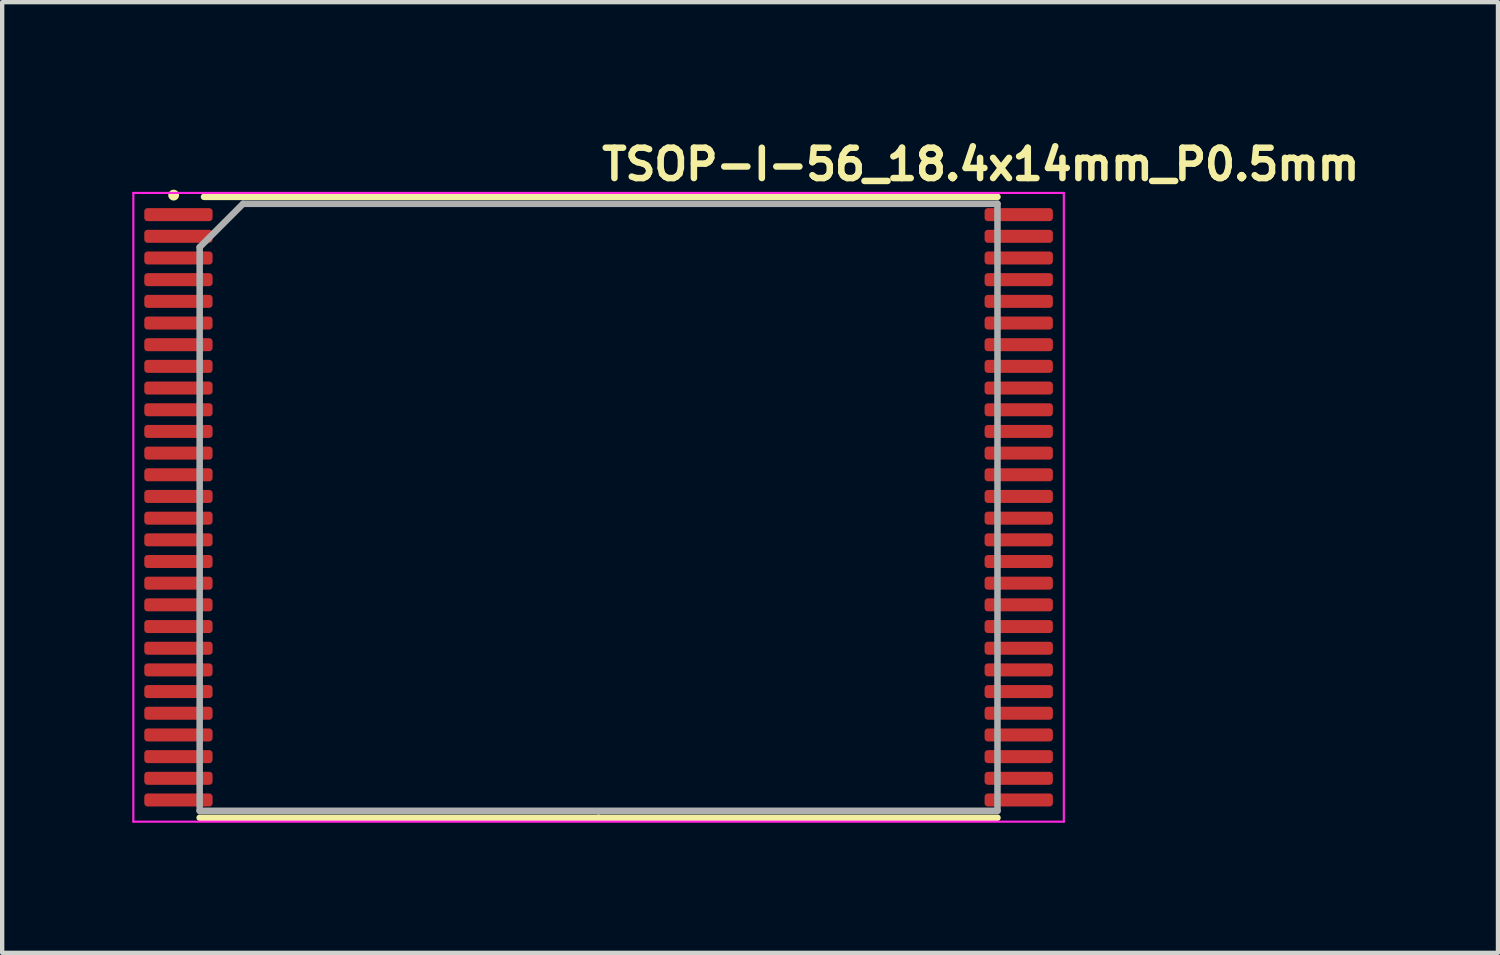
<source format=kicad_pcb>
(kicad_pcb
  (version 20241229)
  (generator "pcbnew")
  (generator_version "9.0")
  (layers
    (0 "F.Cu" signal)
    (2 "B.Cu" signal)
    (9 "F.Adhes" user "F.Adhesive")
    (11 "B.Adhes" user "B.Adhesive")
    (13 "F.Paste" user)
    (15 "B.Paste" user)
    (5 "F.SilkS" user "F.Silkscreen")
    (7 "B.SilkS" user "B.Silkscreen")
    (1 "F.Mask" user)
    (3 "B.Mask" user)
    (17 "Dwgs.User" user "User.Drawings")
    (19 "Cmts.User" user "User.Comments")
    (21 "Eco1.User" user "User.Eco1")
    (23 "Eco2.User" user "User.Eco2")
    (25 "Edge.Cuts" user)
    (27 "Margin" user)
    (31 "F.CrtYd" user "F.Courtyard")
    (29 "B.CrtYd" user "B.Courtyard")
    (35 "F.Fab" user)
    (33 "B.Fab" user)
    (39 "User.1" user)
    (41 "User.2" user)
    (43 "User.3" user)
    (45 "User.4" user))
  (footprint "TSOP-I-56_18.4x14mm_P0.5mm"
    (layer "F.Cu")
    (at 10.755 8.65)
    (property "Reference" "TSOP-I-56_18.4x14mm_P0.5mm" (at 0 -7.5 0) (layer "F.SilkS") (effects (font (size 0.7 0.7) (thickness 0.15)) (justify left bottom)))
    (attr smd)
    (fp_line (start 0 -7.16) (end -9.1 -7.16) (stroke (width 0.15) (type solid)) (layer "F.SilkS"))
    (fp_line (start 0 -7.16) (end 9.2 -7.16) (stroke (width 0.15) (type solid)) (layer "F.SilkS"))
    (fp_line (start 0 7.16) (end -9.2 7.16) (stroke (width 0.15) (type solid)) (layer "F.SilkS"))
    (fp_line (start 0 7.16) (end 9.2 7.16) (stroke (width 0.15) (type solid)) (layer "F.SilkS"))
    (fp_circle (center -9.8 -7.2) (end -9.75 -7.2) (stroke (width 0.15) (type solid)) (fill yes) (layer "F.SilkS"))
    (fp_line (start -10.73 -7.25) (end -10.73 7.25) (stroke (width 0.05) (type solid)) (layer "F.CrtYd"))
    (fp_line (start -10.73 7.25) (end 10.73 7.25) (stroke (width 0.05) (type solid)) (layer "F.CrtYd"))
    (fp_line (start 10.73 -7.25) (end -10.73 -7.25) (stroke (width 0.05) (type solid)) (layer "F.CrtYd"))
    (fp_line (start 10.73 7.25) (end 10.73 -7.25) (stroke (width 0.05) (type solid)) (layer "F.CrtYd"))
    (fp_line (start -9.2 -6) (end -8.2 -7) (stroke (width 0.15) (type solid)) (layer "F.Fab"))
    (fp_line (start -9.2 7) (end -9.2 -6) (stroke (width 0.15) (type solid)) (layer "F.Fab"))
    (fp_line (start -8.2 -7) (end 9.2 -7) (stroke (width 0.15) (type solid)) (layer "F.Fab"))
    (fp_line (start 9.2 -7) (end 9.2 7) (stroke (width 0.15) (type solid)) (layer "F.Fab"))
    (fp_line (start 9.2 7) (end -9.2 7) (stroke (width 0.15) (type solid)) (layer "F.Fab"))
    (fp_rect (start -10 -7) (end 10 7) (stroke (width 0.1) (type solid)) (fill no) (layer "User.5"))
    (fp_line (start -10 -6.86) (end -9.55 -6.86) (stroke (width 0.02) (type solid)) (layer "User.9"))
    (fp_line (start -10 -6.64) (end -10 -6.86) (stroke (width 0.02) (type solid)) (layer "User.9"))
    (fp_line (start -10 -6.64) (end -9.55 -6.64) (stroke (width 0.02) (type solid)) (layer "User.9"))
    (fp_line (start -10 -6.36) (end -9.55 -6.36) (stroke (width 0.02) (type solid)) (layer "User.9"))
    (fp_line (start -10 -6.14) (end -10 -6.36) (stroke (width 0.02) (type solid)) (layer "User.9"))
    (fp_line (start -10 -6.14) (end -9.55 -6.14) (stroke (width 0.02) (type solid)) (layer "User.9"))
    (fp_line (start -10 -5.86) (end -9.55 -5.86) (stroke (width 0.02) (type solid)) (layer "User.9"))
    (fp_line (start -10 -5.64) (end -10 -5.86) (stroke (width 0.02) (type solid)) (layer "User.9"))
    (fp_line (start -10 -5.64) (end -9.55 -5.64) (stroke (width 0.02) (type solid)) (layer "User.9"))
    (fp_line (start -10 -5.36) (end -9.55 -5.36) (stroke (width 0.02) (type solid)) (layer "User.9"))
    (fp_line (start -10 -5.14) (end -10 -5.36) (stroke (width 0.02) (type solid)) (layer "User.9"))
    (fp_line (start -10 -5.14) (end -9.55 -5.14) (stroke (width 0.02) (type solid)) (layer "User.9"))
    (fp_line (start -10 -4.86) (end -9.55 -4.86) (stroke (width 0.02) (type solid)) (layer "User.9"))
    (fp_line (start -10 -4.64) (end -10 -4.86) (stroke (width 0.02) (type solid)) (layer "User.9"))
    (fp_line (start -10 -4.64) (end -9.55 -4.64) (stroke (width 0.02) (type solid)) (layer "User.9"))
    (fp_line (start -10 -4.36) (end -9.55 -4.36) (stroke (width 0.02) (type solid)) (layer "User.9"))
    (fp_line (start -10 -4.14) (end -10 -4.36) (stroke (width 0.02) (type solid)) (layer "User.9"))
    (fp_line (start -10 -4.14) (end -9.55 -4.14) (stroke (width 0.02) (type solid)) (layer "User.9"))
    (fp_line (start -10 -3.86) (end -9.55 -3.86) (stroke (width 0.02) (type solid)) (layer "User.9"))
    (fp_line (start -10 -3.64) (end -10 -3.86) (stroke (width 0.02) (type solid)) (layer "User.9"))
    (fp_line (start -10 -3.64) (end -9.55 -3.64) (stroke (width 0.02) (type solid)) (layer "User.9"))
    (fp_line (start -10 -3.36) (end -9.55 -3.36) (stroke (width 0.02) (type solid)) (layer "User.9"))
    (fp_line (start -10 -3.14) (end -10 -3.36) (stroke (width 0.02) (type solid)) (layer "User.9"))
    (fp_line (start -10 -3.14) (end -9.55 -3.14) (stroke (width 0.02) (type solid)) (layer "User.9"))
    (fp_line (start -10 -2.86) (end -9.55 -2.86) (stroke (width 0.02) (type solid)) (layer "User.9"))
    (fp_line (start -10 -2.64) (end -10 -2.86) (stroke (width 0.02) (type solid)) (layer "User.9"))
    (fp_line (start -10 -2.64) (end -9.55 -2.64) (stroke (width 0.02) (type solid)) (layer "User.9"))
    (fp_line (start -10 -2.36) (end -9.55 -2.36) (stroke (width 0.02) (type solid)) (layer "User.9"))
    (fp_line (start -10 -2.14) (end -10 -2.36) (stroke (width 0.02) (type solid)) (layer "User.9"))
    (fp_line (start -10 -2.14) (end -9.55 -2.14) (stroke (width 0.02) (type solid)) (layer "User.9"))
    (fp_line (start -10 -1.86) (end -9.55 -1.86) (stroke (width 0.02) (type solid)) (layer "User.9"))
    (fp_line (start -10 -1.64) (end -10 -1.86) (stroke (width 0.02) (type solid)) (layer "User.9"))
    (fp_line (start -10 -1.64) (end -9.55 -1.64) (stroke (width 0.02) (type solid)) (layer "User.9"))
    (fp_line (start -10 -1.36) (end -9.55 -1.36) (stroke (width 0.02) (type solid)) (layer "User.9"))
    (fp_line (start -10 -1.14) (end -10 -1.36) (stroke (width 0.02) (type solid)) (layer "User.9"))
    (fp_line (start -10 -1.14) (end -9.55 -1.14) (stroke (width 0.02) (type solid)) (layer "User.9"))
    (fp_line (start -10 -0.86) (end -9.55 -0.86) (stroke (width 0.02) (type solid)) (layer "User.9"))
    (fp_line (start -10 -0.64) (end -10 -0.86) (stroke (width 0.02) (type solid)) (layer "User.9"))
    (fp_line (start -10 -0.64) (end -9.55 -0.64) (stroke (width 0.02) (type solid)) (layer "User.9"))
    (fp_line (start -10 -0.36) (end -9.55 -0.36) (stroke (width 0.02) (type solid)) (layer "User.9"))
    (fp_line (start -10 -0.14) (end -10 -0.36) (stroke (width 0.02) (type solid)) (layer "User.9"))
    (fp_line (start -10 -0.14) (end -9.55 -0.14) (stroke (width 0.02) (type solid)) (layer "User.9"))
    (fp_line (start -10 0.14) (end -9.55 0.14) (stroke (width 0.02) (type solid)) (layer "User.9"))
    (fp_line (start -10 0.36) (end -10 0.14) (stroke (width 0.02) (type solid)) (layer "User.9"))
    (fp_line (start -10 0.36) (end -9.55 0.36) (stroke (width 0.02) (type solid)) (layer "User.9"))
    (fp_line (start -10 0.64) (end -9.55 0.64) (stroke (width 0.02) (type solid)) (layer "User.9"))
    (fp_line (start -10 0.86) (end -10 0.64) (stroke (width 0.02) (type solid)) (layer "User.9"))
    (fp_line (start -10 0.86) (end -9.55 0.86) (stroke (width 0.02) (type solid)) (layer "User.9"))
    (fp_line (start -10 1.14) (end -9.55 1.14) (stroke (width 0.02) (type solid)) (layer "User.9"))
    (fp_line (start -10 1.36) (end -10 1.14) (stroke (width 0.02) (type solid)) (layer "User.9"))
    (fp_line (start -10 1.36) (end -9.55 1.36) (stroke (width 0.02) (type solid)) (layer "User.9"))
    (fp_line (start -10 1.64) (end -9.55 1.64) (stroke (width 0.02) (type solid)) (layer "User.9"))
    (fp_line (start -10 1.86) (end -10 1.64) (stroke (width 0.02) (type solid)) (layer "User.9"))
    (fp_line (start -10 1.86) (end -9.55 1.86) (stroke (width 0.02) (type solid)) (layer "User.9"))
    (fp_line (start -10 2.14) (end -9.55 2.14) (stroke (width 0.02) (type solid)) (layer "User.9"))
    (fp_line (start -10 2.36) (end -10 2.14) (stroke (width 0.02) (type solid)) (layer "User.9"))
    (fp_line (start -10 2.36) (end -9.55 2.36) (stroke (width 0.02) (type solid)) (layer "User.9"))
    (fp_line (start -10 2.64) (end -9.55 2.64) (stroke (width 0.02) (type solid)) (layer "User.9"))
    (fp_line (start -10 2.86) (end -10 2.64) (stroke (width 0.02) (type solid)) (layer "User.9"))
    (fp_line (start -10 2.86) (end -9.55 2.86) (stroke (width 0.02) (type solid)) (layer "User.9"))
    (fp_line (start -10 3.14) (end -9.55 3.14) (stroke (width 0.02) (type solid)) (layer "User.9"))
    (fp_line (start -10 3.36) (end -10 3.14) (stroke (width 0.02) (type solid)) (layer "User.9"))
    (fp_line (start -10 3.36) (end -9.55 3.36) (stroke (width 0.02) (type solid)) (layer "User.9"))
    (fp_line (start -10 3.64) (end -9.55 3.64) (stroke (width 0.02) (type solid)) (layer "User.9"))
    (fp_line (start -10 3.86) (end -10 3.64) (stroke (width 0.02) (type solid)) (layer "User.9"))
    (fp_line (start -10 3.86) (end -9.55 3.86) (stroke (width 0.02) (type solid)) (layer "User.9"))
    (fp_line (start -10 4.14) (end -9.55 4.14) (stroke (width 0.02) (type solid)) (layer "User.9"))
    (fp_line (start -10 4.36) (end -10 4.14) (stroke (width 0.02) (type solid)) (layer "User.9"))
    (fp_line (start -10 4.36) (end -9.55 4.36) (stroke (width 0.02) (type solid)) (layer "User.9"))
    (fp_line (start -10 4.64) (end -9.55 4.64) (stroke (width 0.02) (type solid)) (layer "User.9"))
    (fp_line (start -10 4.86) (end -10 4.64) (stroke (width 0.02) (type solid)) (layer "User.9"))
    (fp_line (start -10 4.86) (end -9.55 4.86) (stroke (width 0.02) (type solid)) (layer "User.9"))
    (fp_line (start -10 5.14) (end -9.55 5.14) (stroke (width 0.02) (type solid)) (layer "User.9"))
    (fp_line (start -10 5.36) (end -10 5.14) (stroke (width 0.02) (type solid)) (layer "User.9"))
    (fp_line (start -10 5.36) (end -9.55 5.36) (stroke (width 0.02) (type solid)) (layer "User.9"))
    (fp_line (start -10 5.64) (end -9.55 5.64) (stroke (width 0.02) (type solid)) (layer "User.9"))
    (fp_line (start -10 5.86) (end -10 5.64) (stroke (width 0.02) (type solid)) (layer "User.9"))
    (fp_line (start -10 5.86) (end -9.55 5.86) (stroke (width 0.02) (type solid)) (layer "User.9"))
    (fp_line (start -10 6.14) (end -9.55 6.14) (stroke (width 0.02) (type solid)) (layer "User.9"))
    (fp_line (start -10 6.36) (end -10 6.14) (stroke (width 0.02) (type solid)) (layer "User.9"))
    (fp_line (start -10 6.36) (end -9.55 6.36) (stroke (width 0.02) (type solid)) (layer "User.9"))
    (fp_line (start -10 6.64) (end -9.55 6.64) (stroke (width 0.02) (type solid)) (layer "User.9"))
    (fp_line (start -10 6.86) (end -10 6.64) (stroke (width 0.02) (type solid)) (layer "User.9"))
    (fp_line (start -10 6.86) (end -9.55 6.86) (stroke (width 0.02) (type solid)) (layer "User.9"))
    (fp_line (start -9.55 -6.86) (end -9.45 -6.86) (stroke (width 0.02) (type solid)) (layer "User.9"))
    (fp_line (start -9.55 -6.64) (end -9.45 -6.64) (stroke (width 0.02) (type solid)) (layer "User.9"))
    (fp_line (start -9.55 -6.36) (end -9.45 -6.36) (stroke (width 0.02) (type solid)) (layer "User.9"))
    (fp_line (start -9.55 -6.14) (end -9.45 -6.14) (stroke (width 0.02) (type solid)) (layer "User.9"))
    (fp_line (start -9.55 -5.86) (end -9.45 -5.86) (stroke (width 0.02) (type solid)) (layer "User.9"))
    (fp_line (start -9.55 -5.64) (end -9.45 -5.64) (stroke (width 0.02) (type solid)) (layer "User.9"))
    (fp_line (start -9.55 -5.36) (end -9.45 -5.36) (stroke (width 0.02) (type solid)) (layer "User.9"))
    (fp_line (start -9.55 -5.14) (end -9.45 -5.14) (stroke (width 0.02) (type solid)) (layer "User.9"))
    (fp_line (start -9.55 -4.86) (end -9.45 -4.86) (stroke (width 0.02) (type solid)) (layer "User.9"))
    (fp_line (start -9.55 -4.64) (end -9.45 -4.64) (stroke (width 0.02) (type solid)) (layer "User.9"))
    (fp_line (start -9.55 -4.36) (end -9.45 -4.36) (stroke (width 0.02) (type solid)) (layer "User.9"))
    (fp_line (start -9.55 -4.14) (end -9.45 -4.14) (stroke (width 0.02) (type solid)) (layer "User.9"))
    (fp_line (start -9.55 -3.86) (end -9.45 -3.86) (stroke (width 0.02) (type solid)) (layer "User.9"))
    (fp_line (start -9.55 -3.64) (end -9.45 -3.64) (stroke (width 0.02) (type solid)) (layer "User.9"))
    (fp_line (start -9.55 -3.36) (end -9.45 -3.36) (stroke (width 0.02) (type solid)) (layer "User.9"))
    (fp_line (start -9.55 -3.14) (end -9.45 -3.14) (stroke (width 0.02) (type solid)) (layer "User.9"))
    (fp_line (start -9.55 -2.86) (end -9.45 -2.86) (stroke (width 0.02) (type solid)) (layer "User.9"))
    (fp_line (start -9.55 -2.64) (end -9.45 -2.64) (stroke (width 0.02) (type solid)) (layer "User.9"))
    (fp_line (start -9.55 -2.36) (end -9.45 -2.36) (stroke (width 0.02) (type solid)) (layer "User.9"))
    (fp_line (start -9.55 -2.14) (end -9.45 -2.14) (stroke (width 0.02) (type solid)) (layer "User.9"))
    (fp_line (start -9.55 -1.86) (end -9.45 -1.86) (stroke (width 0.02) (type solid)) (layer "User.9"))
    (fp_line (start -9.55 -1.64) (end -9.45 -1.64) (stroke (width 0.02) (type solid)) (layer "User.9"))
    (fp_line (start -9.55 -1.36) (end -9.45 -1.36) (stroke (width 0.02) (type solid)) (layer "User.9"))
    (fp_line (start -9.55 -1.14) (end -9.45 -1.14) (stroke (width 0.02) (type solid)) (layer "User.9"))
    (fp_line (start -9.55 -0.86) (end -9.45 -0.86) (stroke (width 0.02) (type solid)) (layer "User.9"))
    (fp_line (start -9.55 -0.64) (end -9.45 -0.64) (stroke (width 0.02) (type solid)) (layer "User.9"))
    (fp_line (start -9.55 -0.36) (end -9.45 -0.36) (stroke (width 0.02) (type solid)) (layer "User.9"))
    (fp_line (start -9.55 -0.14) (end -9.45 -0.14) (stroke (width 0.02) (type solid)) (layer "User.9"))
    (fp_line (start -9.55 0.14) (end -9.45 0.14) (stroke (width 0.02) (type solid)) (layer "User.9"))
    (fp_line (start -9.55 0.36) (end -9.45 0.36) (stroke (width 0.02) (type solid)) (layer "User.9"))
    (fp_line (start -9.55 0.64) (end -9.45 0.64) (stroke (width 0.02) (type solid)) (layer "User.9"))
    (fp_line (start -9.55 0.86) (end -9.45 0.86) (stroke (width 0.02) (type solid)) (layer "User.9"))
    (fp_line (start -9.55 1.14) (end -9.45 1.14) (stroke (width 0.02) (type solid)) (layer "User.9"))
    (fp_line (start -9.55 1.36) (end -9.45 1.36) (stroke (width 0.02) (type solid)) (layer "User.9"))
    (fp_line (start -9.55 1.64) (end -9.45 1.64) (stroke (width 0.02) (type solid)) (layer "User.9"))
    (fp_line (start -9.55 1.86) (end -9.45 1.86) (stroke (width 0.02) (type solid)) (layer "User.9"))
    (fp_line (start -9.55 2.14) (end -9.45 2.14) (stroke (width 0.02) (type solid)) (layer "User.9"))
    (fp_line (start -9.55 2.36) (end -9.45 2.36) (stroke (width 0.02) (type solid)) (layer "User.9"))
    (fp_line (start -9.55 2.64) (end -9.45 2.64) (stroke (width 0.02) (type solid)) (layer "User.9"))
    (fp_line (start -9.55 2.86) (end -9.45 2.86) (stroke (width 0.02) (type solid)) (layer "User.9"))
    (fp_line (start -9.55 3.14) (end -9.45 3.14) (stroke (width 0.02) (type solid)) (layer "User.9"))
    (fp_line (start -9.55 3.36) (end -9.45 3.36) (stroke (width 0.02) (type solid)) (layer "User.9"))
    (fp_line (start -9.55 3.64) (end -9.45 3.64) (stroke (width 0.02) (type solid)) (layer "User.9"))
    (fp_line (start -9.55 3.86) (end -9.45 3.86) (stroke (width 0.02) (type solid)) (layer "User.9"))
    (fp_line (start -9.55 4.14) (end -9.45 4.14) (stroke (width 0.02) (type solid)) (layer "User.9"))
    (fp_line (start -9.55 4.36) (end -9.45 4.36) (stroke (width 0.02) (type solid)) (layer "User.9"))
    (fp_line (start -9.55 4.64) (end -9.45 4.64) (stroke (width 0.02) (type solid)) (layer "User.9"))
    (fp_line (start -9.55 4.86) (end -9.45 4.86) (stroke (width 0.02) (type solid)) (layer "User.9"))
    (fp_line (start -9.55 5.14) (end -9.45 5.14) (stroke (width 0.02) (type solid)) (layer "User.9"))
    (fp_line (start -9.55 5.36) (end -9.45 5.36) (stroke (width 0.02) (type solid)) (layer "User.9"))
    (fp_line (start -9.55 5.64) (end -9.45 5.64) (stroke (width 0.02) (type solid)) (layer "User.9"))
    (fp_line (start -9.55 5.86) (end -9.45 5.86) (stroke (width 0.02) (type solid)) (layer "User.9"))
    (fp_line (start -9.55 6.14) (end -9.45 6.14) (stroke (width 0.02) (type solid)) (layer "User.9"))
    (fp_line (start -9.55 6.36) (end -9.45 6.36) (stroke (width 0.02) (type solid)) (layer "User.9"))
    (fp_line (start -9.55 6.64) (end -9.45 6.64) (stroke (width 0.02) (type solid)) (layer "User.9"))
    (fp_line (start -9.55 6.86) (end -9.45 6.86) (stroke (width 0.02) (type solid)) (layer "User.9"))
    (fp_line (start -9.45 -6.86) (end -9.25 -6.86) (stroke (width 0.02) (type solid)) (layer "User.9"))
    (fp_line (start -9.45 -6.64) (end -9.45 -6.86) (stroke (width 0.02) (type solid)) (layer "User.9"))
    (fp_line (start -9.45 -6.64) (end -9.25 -6.64) (stroke (width 0.02) (type solid)) (layer "User.9"))
    (fp_line (start -9.45 -6.36) (end -9.25 -6.36) (stroke (width 0.02) (type solid)) (layer "User.9"))
    (fp_line (start -9.45 -6.14) (end -9.45 -6.36) (stroke (width 0.02) (type solid)) (layer "User.9"))
    (fp_line (start -9.45 -6.14) (end -9.25 -6.14) (stroke (width 0.02) (type solid)) (layer "User.9"))
    (fp_line (start -9.45 -5.86) (end -9.25 -5.86) (stroke (width 0.02) (type solid)) (layer "User.9"))
    (fp_line (start -9.45 -5.64) (end -9.45 -5.86) (stroke (width 0.02) (type solid)) (layer "User.9"))
    (fp_line (start -9.45 -5.64) (end -9.25 -5.64) (stroke (width 0.02) (type solid)) (layer "User.9"))
    (fp_line (start -9.45 -5.36) (end -9.25 -5.36) (stroke (width 0.02) (type solid)) (layer "User.9"))
    (fp_line (start -9.45 -5.14) (end -9.45 -5.36) (stroke (width 0.02) (type solid)) (layer "User.9"))
    (fp_line (start -9.45 -5.14) (end -9.25 -5.14) (stroke (width 0.02) (type solid)) (layer "User.9"))
    (fp_line (start -9.45 -4.86) (end -9.25 -4.86) (stroke (width 0.02) (type solid)) (layer "User.9"))
    (fp_line (start -9.45 -4.64) (end -9.45 -4.86) (stroke (width 0.02) (type solid)) (layer "User.9"))
    (fp_line (start -9.45 -4.64) (end -9.25 -4.64) (stroke (width 0.02) (type solid)) (layer "User.9"))
    (fp_line (start -9.45 -4.36) (end -9.25 -4.36) (stroke (width 0.02) (type solid)) (layer "User.9"))
    (fp_line (start -9.45 -4.14) (end -9.45 -4.36) (stroke (width 0.02) (type solid)) (layer "User.9"))
    (fp_line (start -9.45 -4.14) (end -9.25 -4.14) (stroke (width 0.02) (type solid)) (layer "User.9"))
    (fp_line (start -9.45 -3.86) (end -9.25 -3.86) (stroke (width 0.02) (type solid)) (layer "User.9"))
    (fp_line (start -9.45 -3.64) (end -9.45 -3.86) (stroke (width 0.02) (type solid)) (layer "User.9"))
    (fp_line (start -9.45 -3.64) (end -9.25 -3.64) (stroke (width 0.02) (type solid)) (layer "User.9"))
    (fp_line (start -9.45 -3.36) (end -9.25 -3.36) (stroke (width 0.02) (type solid)) (layer "User.9"))
    (fp_line (start -9.45 -3.14) (end -9.45 -3.36) (stroke (width 0.02) (type solid)) (layer "User.9"))
    (fp_line (start -9.45 -3.14) (end -9.25 -3.14) (stroke (width 0.02) (type solid)) (layer "User.9"))
    (fp_line (start -9.45 -2.86) (end -9.25 -2.86) (stroke (width 0.02) (type solid)) (layer "User.9"))
    (fp_line (start -9.45 -2.64) (end -9.45 -2.86) (stroke (width 0.02) (type solid)) (layer "User.9"))
    (fp_line (start -9.45 -2.64) (end -9.25 -2.64) (stroke (width 0.02) (type solid)) (layer "User.9"))
    (fp_line (start -9.45 -2.36) (end -9.25 -2.36) (stroke (width 0.02) (type solid)) (layer "User.9"))
    (fp_line (start -9.45 -2.14) (end -9.45 -2.36) (stroke (width 0.02) (type solid)) (layer "User.9"))
    (fp_line (start -9.45 -2.14) (end -9.25 -2.14) (stroke (width 0.02) (type solid)) (layer "User.9"))
    (fp_line (start -9.45 -1.86) (end -9.25 -1.86) (stroke (width 0.02) (type solid)) (layer "User.9"))
    (fp_line (start -9.45 -1.64) (end -9.45 -1.86) (stroke (width 0.02) (type solid)) (layer "User.9"))
    (fp_line (start -9.45 -1.64) (end -9.25 -1.64) (stroke (width 0.02) (type solid)) (layer "User.9"))
    (fp_line (start -9.45 -1.36) (end -9.25 -1.36) (stroke (width 0.02) (type solid)) (layer "User.9"))
    (fp_line (start -9.45 -1.14) (end -9.45 -1.36) (stroke (width 0.02) (type solid)) (layer "User.9"))
    (fp_line (start -9.45 -1.14) (end -9.25 -1.14) (stroke (width 0.02) (type solid)) (layer "User.9"))
    (fp_line (start -9.45 -0.86) (end -9.25 -0.86) (stroke (width 0.02) (type solid)) (layer "User.9"))
    (fp_line (start -9.45 -0.64) (end -9.45 -0.86) (stroke (width 0.02) (type solid)) (layer "User.9"))
    (fp_line (start -9.45 -0.64) (end -9.25 -0.64) (stroke (width 0.02) (type solid)) (layer "User.9"))
    (fp_line (start -9.45 -0.36) (end -9.25 -0.36) (stroke (width 0.02) (type solid)) (layer "User.9"))
    (fp_line (start -9.45 -0.14) (end -9.45 -0.36) (stroke (width 0.02) (type solid)) (layer "User.9"))
    (fp_line (start -9.45 -0.14) (end -9.25 -0.14) (stroke (width 0.02) (type solid)) (layer "User.9"))
    (fp_line (start -9.45 0.14) (end -9.25 0.14) (stroke (width 0.02) (type solid)) (layer "User.9"))
    (fp_line (start -9.45 0.36) (end -9.45 0.14) (stroke (width 0.02) (type solid)) (layer "User.9"))
    (fp_line (start -9.45 0.36) (end -9.25 0.36) (stroke (width 0.02) (type solid)) (layer "User.9"))
    (fp_line (start -9.45 0.64) (end -9.25 0.64) (stroke (width 0.02) (type solid)) (layer "User.9"))
    (fp_line (start -9.45 0.86) (end -9.45 0.64) (stroke (width 0.02) (type solid)) (layer "User.9"))
    (fp_line (start -9.45 0.86) (end -9.25 0.86) (stroke (width 0.02) (type solid)) (layer "User.9"))
    (fp_line (start -9.45 1.14) (end -9.25 1.14) (stroke (width 0.02) (type solid)) (layer "User.9"))
    (fp_line (start -9.45 1.36) (end -9.45 1.14) (stroke (width 0.02) (type solid)) (layer "User.9"))
    (fp_line (start -9.45 1.36) (end -9.25 1.36) (stroke (width 0.02) (type solid)) (layer "User.9"))
    (fp_line (start -9.45 1.64) (end -9.25 1.64) (stroke (width 0.02) (type solid)) (layer "User.9"))
    (fp_line (start -9.45 1.86) (end -9.45 1.64) (stroke (width 0.02) (type solid)) (layer "User.9"))
    (fp_line (start -9.45 1.86) (end -9.25 1.86) (stroke (width 0.02) (type solid)) (layer "User.9"))
    (fp_line (start -9.45 2.14) (end -9.25 2.14) (stroke (width 0.02) (type solid)) (layer "User.9"))
    (fp_line (start -9.45 2.36) (end -9.45 2.14) (stroke (width 0.02) (type solid)) (layer "User.9"))
    (fp_line (start -9.45 2.36) (end -9.25 2.36) (stroke (width 0.02) (type solid)) (layer "User.9"))
    (fp_line (start -9.45 2.64) (end -9.25 2.64) (stroke (width 0.02) (type solid)) (layer "User.9"))
    (fp_line (start -9.45 2.86) (end -9.45 2.64) (stroke (width 0.02) (type solid)) (layer "User.9"))
    (fp_line (start -9.45 2.86) (end -9.25 2.86) (stroke (width 0.02) (type solid)) (layer "User.9"))
    (fp_line (start -9.45 3.14) (end -9.25 3.14) (stroke (width 0.02) (type solid)) (layer "User.9"))
    (fp_line (start -9.45 3.36) (end -9.45 3.14) (stroke (width 0.02) (type solid)) (layer "User.9"))
    (fp_line (start -9.45 3.36) (end -9.25 3.36) (stroke (width 0.02) (type solid)) (layer "User.9"))
    (fp_line (start -9.45 3.64) (end -9.25 3.64) (stroke (width 0.02) (type solid)) (layer "User.9"))
    (fp_line (start -9.45 3.86) (end -9.45 3.64) (stroke (width 0.02) (type solid)) (layer "User.9"))
    (fp_line (start -9.45 3.86) (end -9.25 3.86) (stroke (width 0.02) (type solid)) (layer "User.9"))
    (fp_line (start -9.45 4.14) (end -9.25 4.14) (stroke (width 0.02) (type solid)) (layer "User.9"))
    (fp_line (start -9.45 4.36) (end -9.45 4.14) (stroke (width 0.02) (type solid)) (layer "User.9"))
    (fp_line (start -9.45 4.36) (end -9.25 4.36) (stroke (width 0.02) (type solid)) (layer "User.9"))
    (fp_line (start -9.45 4.64) (end -9.25 4.64) (stroke (width 0.02) (type solid)) (layer "User.9"))
    (fp_line (start -9.45 4.86) (end -9.45 4.64) (stroke (width 0.02) (type solid)) (layer "User.9"))
    (fp_line (start -9.45 4.86) (end -9.25 4.86) (stroke (width 0.02) (type solid)) (layer "User.9"))
    (fp_line (start -9.45 5.14) (end -9.25 5.14) (stroke (width 0.02) (type solid)) (layer "User.9"))
    (fp_line (start -9.45 5.36) (end -9.45 5.14) (stroke (width 0.02) (type solid)) (layer "User.9"))
    (fp_line (start -9.45 5.36) (end -9.25 5.36) (stroke (width 0.02) (type solid)) (layer "User.9"))
    (fp_line (start -9.45 5.64) (end -9.25 5.64) (stroke (width 0.02) (type solid)) (layer "User.9"))
    (fp_line (start -9.45 5.86) (end -9.45 5.64) (stroke (width 0.02) (type solid)) (layer "User.9"))
    (fp_line (start -9.45 5.86) (end -9.25 5.86) (stroke (width 0.02) (type solid)) (layer "User.9"))
    (fp_line (start -9.45 6.14) (end -9.25 6.14) (stroke (width 0.02) (type solid)) (layer "User.9"))
    (fp_line (start -9.45 6.36) (end -9.45 6.14) (stroke (width 0.02) (type solid)) (layer "User.9"))
    (fp_line (start -9.45 6.36) (end -9.25 6.36) (stroke (width 0.02) (type solid)) (layer "User.9"))
    (fp_line (start -9.45 6.64) (end -9.25 6.64) (stroke (width 0.02) (type solid)) (layer "User.9"))
    (fp_line (start -9.45 6.86) (end -9.45 6.64) (stroke (width 0.02) (type solid)) (layer "User.9"))
    (fp_line (start -9.45 6.86) (end -9.25 6.86) (stroke (width 0.02) (type solid)) (layer "User.9"))
    (fp_line (start -9.25 -6.86) (end -9.2 -6.86) (stroke (width 0.02) (type solid)) (layer "User.9"))
    (fp_line (start -9.25 -6.64) (end -9.2 -6.64) (stroke (width 0.02) (type solid)) (layer "User.9"))
    (fp_line (start -9.25 -6.36) (end -9.2 -6.36) (stroke (width 0.02) (type solid)) (layer "User.9"))
    (fp_line (start -9.25 -6.14) (end -9.2 -6.14) (stroke (width 0.02) (type solid)) (layer "User.9"))
    (fp_line (start -9.25 -5.86) (end -9.2 -5.86) (stroke (width 0.02) (type solid)) (layer "User.9"))
    (fp_line (start -9.25 -5.64) (end -9.2 -5.64) (stroke (width 0.02) (type solid)) (layer "User.9"))
    (fp_line (start -9.25 -5.36) (end -9.2 -5.36) (stroke (width 0.02) (type solid)) (layer "User.9"))
    (fp_line (start -9.25 -5.14) (end -9.2 -5.14) (stroke (width 0.02) (type solid)) (layer "User.9"))
    (fp_line (start -9.25 -4.86) (end -9.2 -4.86) (stroke (width 0.02) (type solid)) (layer "User.9"))
    (fp_line (start -9.25 -4.64) (end -9.2 -4.64) (stroke (width 0.02) (type solid)) (layer "User.9"))
    (fp_line (start -9.25 -4.36) (end -9.2 -4.36) (stroke (width 0.02) (type solid)) (layer "User.9"))
    (fp_line (start -9.25 -4.14) (end -9.2 -4.14) (stroke (width 0.02) (type solid)) (layer "User.9"))
    (fp_line (start -9.25 -3.86) (end -9.2 -3.86) (stroke (width 0.02) (type solid)) (layer "User.9"))
    (fp_line (start -9.25 -3.64) (end -9.2 -3.64) (stroke (width 0.02) (type solid)) (layer "User.9"))
    (fp_line (start -9.25 -3.36) (end -9.2 -3.36) (stroke (width 0.02) (type solid)) (layer "User.9"))
    (fp_line (start -9.25 -3.14) (end -9.2 -3.14) (stroke (width 0.02) (type solid)) (layer "User.9"))
    (fp_line (start -9.25 -2.86) (end -9.2 -2.86) (stroke (width 0.02) (type solid)) (layer "User.9"))
    (fp_line (start -9.25 -2.64) (end -9.2 -2.64) (stroke (width 0.02) (type solid)) (layer "User.9"))
    (fp_line (start -9.25 -2.36) (end -9.2 -2.36) (stroke (width 0.02) (type solid)) (layer "User.9"))
    (fp_line (start -9.25 -2.14) (end -9.2 -2.14) (stroke (width 0.02) (type solid)) (layer "User.9"))
    (fp_line (start -9.25 -1.86) (end -9.2 -1.86) (stroke (width 0.02) (type solid)) (layer "User.9"))
    (fp_line (start -9.25 -1.64) (end -9.2 -1.64) (stroke (width 0.02) (type solid)) (layer "User.9"))
    (fp_line (start -9.25 -1.36) (end -9.2 -1.36) (stroke (width 0.02) (type solid)) (layer "User.9"))
    (fp_line (start -9.25 -1.14) (end -9.2 -1.14) (stroke (width 0.02) (type solid)) (layer "User.9"))
    (fp_line (start -9.25 -0.86) (end -9.2 -0.86) (stroke (width 0.02) (type solid)) (layer "User.9"))
    (fp_line (start -9.25 -0.64) (end -9.2 -0.64) (stroke (width 0.02) (type solid)) (layer "User.9"))
    (fp_line (start -9.25 -0.36) (end -9.2 -0.36) (stroke (width 0.02) (type solid)) (layer "User.9"))
    (fp_line (start -9.25 -0.14) (end -9.2 -0.14) (stroke (width 0.02) (type solid)) (layer "User.9"))
    (fp_line (start -9.25 0.14) (end -9.2 0.14) (stroke (width 0.02) (type solid)) (layer "User.9"))
    (fp_line (start -9.25 0.36) (end -9.2 0.36) (stroke (width 0.02) (type solid)) (layer "User.9"))
    (fp_line (start -9.25 0.64) (end -9.2 0.64) (stroke (width 0.02) (type solid)) (layer "User.9"))
    (fp_line (start -9.25 0.86) (end -9.2 0.86) (stroke (width 0.02) (type solid)) (layer "User.9"))
    (fp_line (start -9.25 1.14) (end -9.2 1.14) (stroke (width 0.02) (type solid)) (layer "User.9"))
    (fp_line (start -9.25 1.36) (end -9.2 1.36) (stroke (width 0.02) (type solid)) (layer "User.9"))
    (fp_line (start -9.25 1.64) (end -9.2 1.64) (stroke (width 0.02) (type solid)) (layer "User.9"))
    (fp_line (start -9.25 1.86) (end -9.2 1.86) (stroke (width 0.02) (type solid)) (layer "User.9"))
    (fp_line (start -9.25 2.14) (end -9.2 2.14) (stroke (width 0.02) (type solid)) (layer "User.9"))
    (fp_line (start -9.25 2.36) (end -9.2 2.36) (stroke (width 0.02) (type solid)) (layer "User.9"))
    (fp_line (start -9.25 2.64) (end -9.2 2.64) (stroke (width 0.02) (type solid)) (layer "User.9"))
    (fp_line (start -9.25 2.86) (end -9.2 2.86) (stroke (width 0.02) (type solid)) (layer "User.9"))
    (fp_line (start -9.25 3.14) (end -9.2 3.14) (stroke (width 0.02) (type solid)) (layer "User.9"))
    (fp_line (start -9.25 3.36) (end -9.2 3.36) (stroke (width 0.02) (type solid)) (layer "User.9"))
    (fp_line (start -9.25 3.64) (end -9.2 3.64) (stroke (width 0.02) (type solid)) (layer "User.9"))
    (fp_line (start -9.25 3.86) (end -9.2 3.86) (stroke (width 0.02) (type solid)) (layer "User.9"))
    (fp_line (start -9.25 4.14) (end -9.2 4.14) (stroke (width 0.02) (type solid)) (layer "User.9"))
    (fp_line (start -9.25 4.36) (end -9.2 4.36) (stroke (width 0.02) (type solid)) (layer "User.9"))
    (fp_line (start -9.25 4.64) (end -9.2 4.64) (stroke (width 0.02) (type solid)) (layer "User.9"))
    (fp_line (start -9.25 4.86) (end -9.2 4.86) (stroke (width 0.02) (type solid)) (layer "User.9"))
    (fp_line (start -9.25 5.14) (end -9.2 5.14) (stroke (width 0.02) (type solid)) (layer "User.9"))
    (fp_line (start -9.25 5.36) (end -9.2 5.36) (stroke (width 0.02) (type solid)) (layer "User.9"))
    (fp_line (start -9.25 5.64) (end -9.2 5.64) (stroke (width 0.02) (type solid)) (layer "User.9"))
    (fp_line (start -9.25 5.86) (end -9.2 5.86) (stroke (width 0.02) (type solid)) (layer "User.9"))
    (fp_line (start -9.25 6.14) (end -9.2 6.14) (stroke (width 0.02) (type solid)) (layer "User.9"))
    (fp_line (start -9.25 6.36) (end -9.2 6.36) (stroke (width 0.02) (type solid)) (layer "User.9"))
    (fp_line (start -9.25 6.64) (end -9.2 6.64) (stroke (width 0.02) (type solid)) (layer "User.9"))
    (fp_line (start -9.25 6.86) (end -9.2 6.86) (stroke (width 0.02) (type solid)) (layer "User.9"))
    (fp_line (start -9.2 -6.91) (end -9.15 -6.885) (stroke (width 0.02) (type solid)) (layer "User.9"))
    (fp_line (start -9.2 -6.91) (end -9.11 -7) (stroke (width 0.02) (type solid)) (layer "User.9"))
    (fp_line (start -9.2 -6.86) (end -9.2 -6.91) (stroke (width 0.02) (type solid)) (layer "User.9"))
    (fp_line (start -9.2 -6.36) (end -9.2 -6.64) (stroke (width 0.02) (type solid)) (layer "User.9"))
    (fp_line (start -9.2 -5.86) (end -9.2 -6.14) (stroke (width 0.02) (type solid)) (layer "User.9"))
    (fp_line (start -9.2 -5.36) (end -9.2 -5.64) (stroke (width 0.02) (type solid)) (layer "User.9"))
    (fp_line (start -9.2 -4.86) (end -9.2 -5.14) (stroke (width 0.02) (type solid)) (layer "User.9"))
    (fp_line (start -9.2 -4.36) (end -9.2 -4.64) (stroke (width 0.02) (type solid)) (layer "User.9"))
    (fp_line (start -9.2 -3.86) (end -9.2 -4.14) (stroke (width 0.02) (type solid)) (layer "User.9"))
    (fp_line (start -9.2 -3.36) (end -9.2 -3.64) (stroke (width 0.02) (type solid)) (layer "User.9"))
    (fp_line (start -9.2 -2.86) (end -9.2 -3.14) (stroke (width 0.02) (type solid)) (layer "User.9"))
    (fp_line (start -9.2 -2.36) (end -9.2 -2.64) (stroke (width 0.02) (type solid)) (layer "User.9"))
    (fp_line (start -9.2 -1.86) (end -9.2 -2.14) (stroke (width 0.02) (type solid)) (layer "User.9"))
    (fp_line (start -9.2 -1.36) (end -9.2 -1.64) (stroke (width 0.02) (type solid)) (layer "User.9"))
    (fp_line (start -9.2 -0.86) (end -9.2 -1.14) (stroke (width 0.02) (type solid)) (layer "User.9"))
    (fp_line (start -9.2 -0.36) (end -9.2 -0.64) (stroke (width 0.02) (type solid)) (layer "User.9"))
    (fp_line (start -9.2 0.14) (end -9.2 -0.14) (stroke (width 0.02) (type solid)) (layer "User.9"))
    (fp_line (start -9.2 0.64) (end -9.2 0.36) (stroke (width 0.02) (type solid)) (layer "User.9"))
    (fp_line (start -9.2 1.14) (end -9.2 0.86) (stroke (width 0.02) (type solid)) (layer "User.9"))
    (fp_line (start -9.2 1.64) (end -9.2 1.36) (stroke (width 0.02) (type solid)) (layer "User.9"))
    (fp_line (start -9.2 2.14) (end -9.2 1.86) (stroke (width 0.02) (type solid)) (layer "User.9"))
    (fp_line (start -9.2 2.64) (end -9.2 2.36) (stroke (width 0.02) (type solid)) (layer "User.9"))
    (fp_line (start -9.2 3.14) (end -9.2 2.86) (stroke (width 0.02) (type solid)) (layer "User.9"))
    (fp_line (start -9.2 3.64) (end -9.2 3.36) (stroke (width 0.02) (type solid)) (layer "User.9"))
    (fp_line (start -9.2 4.14) (end -9.2 3.86) (stroke (width 0.02) (type solid)) (layer "User.9"))
    (fp_line (start -9.2 4.64) (end -9.2 4.36) (stroke (width 0.02) (type solid)) (layer "User.9"))
    (fp_line (start -9.2 5.14) (end -9.2 4.86) (stroke (width 0.02) (type solid)) (layer "User.9"))
    (fp_line (start -9.2 5.64) (end -9.2 5.36) (stroke (width 0.02) (type solid)) (layer "User.9"))
    (fp_line (start -9.2 6.14) (end -9.2 5.86) (stroke (width 0.02) (type solid)) (layer "User.9"))
    (fp_line (start -9.2 6.64) (end -9.2 6.36) (stroke (width 0.02) (type solid)) (layer "User.9"))
    (fp_line (start -9.2 6.91) (end -9.2 6.86) (stroke (width 0.02) (type solid)) (layer "User.9"))
    (fp_line (start -9.2 6.91) (end -9.15 6.885) (stroke (width 0.02) (type solid)) (layer "User.9"))
    (fp_line (start -9.15 -6.885) (end -9.085 -6.95) (stroke (width 0.02) (type solid)) (layer "User.9"))
    (fp_line (start -9.15 -6.885) (end -9.079 -6.849) (stroke (width 0.02) (type solid)) (layer "User.9"))
    (fp_line (start -9.15 -6.86) (end -9.15 -6.885) (stroke (width 0.02) (type solid)) (layer "User.9"))
    (fp_line (start -9.15 -6.64) (end -9.15 -6.86) (stroke (width 0.02) (type solid)) (layer "User.9"))
    (fp_line (start -9.15 -6.36) (end -9.15 -6.64) (stroke (width 0.02) (type solid)) (layer "User.9"))
    (fp_line (start -9.15 -6.14) (end -9.15 -6.36) (stroke (width 0.02) (type solid)) (layer "User.9"))
    (fp_line (start -9.15 -5.86) (end -9.15 -6.14) (stroke (width 0.02) (type solid)) (layer "User.9"))
    (fp_line (start -9.15 -5.64) (end -9.15 -5.86) (stroke (width 0.02) (type solid)) (layer "User.9"))
    (fp_line (start -9.15 -5.36) (end -9.15 -5.64) (stroke (width 0.02) (type solid)) (layer "User.9"))
    (fp_line (start -9.15 -5.14) (end -9.15 -5.36) (stroke (width 0.02) (type solid)) (layer "User.9"))
    (fp_line (start -9.15 -4.86) (end -9.15 -5.14) (stroke (width 0.02) (type solid)) (layer "User.9"))
    (fp_line (start -9.15 -4.64) (end -9.15 -4.86) (stroke (width 0.02) (type solid)) (layer "User.9"))
    (fp_line (start -9.15 -4.36) (end -9.15 -4.64) (stroke (width 0.02) (type solid)) (layer "User.9"))
    (fp_line (start -9.15 -4.14) (end -9.15 -4.36) (stroke (width 0.02) (type solid)) (layer "User.9"))
    (fp_line (start -9.15 -3.86) (end -9.15 -4.14) (stroke (width 0.02) (type solid)) (layer "User.9"))
    (fp_line (start -9.15 -3.64) (end -9.15 -3.86) (stroke (width 0.02) (type solid)) (layer "User.9"))
    (fp_line (start -9.15 -3.36) (end -9.15 -3.64) (stroke (width 0.02) (type solid)) (layer "User.9"))
    (fp_line (start -9.15 -3.14) (end -9.15 -3.36) (stroke (width 0.02) (type solid)) (layer "User.9"))
    (fp_line (start -9.15 -2.86) (end -9.15 -3.14) (stroke (width 0.02) (type solid)) (layer "User.9"))
    (fp_line (start -9.15 -2.64) (end -9.15 -2.86) (stroke (width 0.02) (type solid)) (layer "User.9"))
    (fp_line (start -9.15 -2.36) (end -9.15 -2.64) (stroke (width 0.02) (type solid)) (layer "User.9"))
    (fp_line (start -9.15 -2.14) (end -9.15 -2.36) (stroke (width 0.02) (type solid)) (layer "User.9"))
    (fp_line (start -9.15 -1.86) (end -9.15 -2.14) (stroke (width 0.02) (type solid)) (layer "User.9"))
    (fp_line (start -9.15 -1.64) (end -9.15 -1.86) (stroke (width 0.02) (type solid)) (layer "User.9"))
    (fp_line (start -9.15 -1.36) (end -9.15 -1.64) (stroke (width 0.02) (type solid)) (layer "User.9"))
    (fp_line (start -9.15 -1.14) (end -9.15 -1.36) (stroke (width 0.02) (type solid)) (layer "User.9"))
    (fp_line (start -9.15 -0.86) (end -9.15 -1.14) (stroke (width 0.02) (type solid)) (layer "User.9"))
    (fp_line (start -9.15 -0.64) (end -9.15 -0.86) (stroke (width 0.02) (type solid)) (layer "User.9"))
    (fp_line (start -9.15 -0.36) (end -9.15 -0.64) (stroke (width 0.02) (type solid)) (layer "User.9"))
    (fp_line (start -9.15 -0.14) (end -9.15 -0.36) (stroke (width 0.02) (type solid)) (layer "User.9"))
    (fp_line (start -9.15 0.14) (end -9.15 -0.14) (stroke (width 0.02) (type solid)) (layer "User.9"))
    (fp_line (start -9.15 0.36) (end -9.15 0.14) (stroke (width 0.02) (type solid)) (layer "User.9"))
    (fp_line (start -9.15 0.64) (end -9.15 0.36) (stroke (width 0.02) (type solid)) (layer "User.9"))
    (fp_line (start -9.15 0.86) (end -9.15 0.64) (stroke (width 0.02) (type solid)) (layer "User.9"))
    (fp_line (start -9.15 1.14) (end -9.15 0.86) (stroke (width 0.02) (type solid)) (layer "User.9"))
    (fp_line (start -9.15 1.36) (end -9.15 1.14) (stroke (width 0.02) (type solid)) (layer "User.9"))
    (fp_line (start -9.15 1.64) (end -9.15 1.36) (stroke (width 0.02) (type solid)) (layer "User.9"))
    (fp_line (start -9.15 1.86) (end -9.15 1.64) (stroke (width 0.02) (type solid)) (layer "User.9"))
    (fp_line (start -9.15 2.14) (end -9.15 1.86) (stroke (width 0.02) (type solid)) (layer "User.9"))
    (fp_line (start -9.15 2.36) (end -9.15 2.14) (stroke (width 0.02) (type solid)) (layer "User.9"))
    (fp_line (start -9.15 2.64) (end -9.15 2.36) (stroke (width 0.02) (type solid)) (layer "User.9"))
    (fp_line (start -9.15 2.86) (end -9.15 2.64) (stroke (width 0.02) (type solid)) (layer "User.9"))
    (fp_line (start -9.15 3.14) (end -9.15 2.86) (stroke (width 0.02) (type solid)) (layer "User.9"))
    (fp_line (start -9.15 3.36) (end -9.15 3.14) (stroke (width 0.02) (type solid)) (layer "User.9"))
    (fp_line (start -9.15 3.64) (end -9.15 3.36) (stroke (width 0.02) (type solid)) (layer "User.9"))
    (fp_line (start -9.15 3.86) (end -9.15 3.64) (stroke (width 0.02) (type solid)) (layer "User.9"))
    (fp_line (start -9.15 4.14) (end -9.15 3.86) (stroke (width 0.02) (type solid)) (layer "User.9"))
    (fp_line (start -9.15 4.36) (end -9.15 4.14) (stroke (width 0.02) (type solid)) (layer "User.9"))
    (fp_line (start -9.15 4.64) (end -9.15 4.36) (stroke (width 0.02) (type solid)) (layer "User.9"))
    (fp_line (start -9.15 4.86) (end -9.15 4.64) (stroke (width 0.02) (type solid)) (layer "User.9"))
    (fp_line (start -9.15 5.14) (end -9.15 4.86) (stroke (width 0.02) (type solid)) (layer "User.9"))
    (fp_line (start -9.15 5.36) (end -9.15 5.14) (stroke (width 0.02) (type solid)) (layer "User.9"))
    (fp_line (start -9.15 5.64) (end -9.15 5.36) (stroke (width 0.02) (type solid)) (layer "User.9"))
    (fp_line (start -9.15 5.86) (end -9.15 5.64) (stroke (width 0.02) (type solid)) (layer "User.9"))
    (fp_line (start -9.15 6.14) (end -9.15 5.86) (stroke (width 0.02) (type solid)) (layer "User.9"))
    (fp_line (start -9.15 6.36) (end -9.15 6.14) (stroke (width 0.02) (type solid)) (layer "User.9"))
    (fp_line (start -9.15 6.64) (end -9.15 6.36) (stroke (width 0.02) (type solid)) (layer "User.9"))
    (fp_line (start -9.15 6.86) (end -9.15 6.64) (stroke (width 0.02) (type solid)) (layer "User.9"))
    (fp_line (start -9.15 6.885) (end -9.15 6.86) (stroke (width 0.02) (type solid)) (layer "User.9"))
    (fp_line (start -9.15 6.885) (end -9.079 6.849) (stroke (width 0.02) (type solid)) (layer "User.9"))
    (fp_line (start -9.11 -7) (end -9.085 -6.95) (stroke (width 0.02) (type solid)) (layer "User.9"))
    (fp_line (start -9.11 -7) (end 9.11 -7) (stroke (width 0.02) (type solid)) (layer "User.9"))
    (fp_line (start -9.11 7) (end -9.2 6.91) (stroke (width 0.02) (type solid)) (layer "User.9"))
    (fp_line (start -9.11 7) (end -9.085 6.95) (stroke (width 0.02) (type solid)) (layer "User.9"))
    (fp_line (start -9.085 -6.95) (end -9.049 -6.879) (stroke (width 0.02) (type solid)) (layer "User.9"))
    (fp_line (start -9.085 -6.95) (end 9.085 -6.95) (stroke (width 0.02) (type solid)) (layer "User.9"))
    (fp_line (start -9.085 6.95) (end -9.15 6.885) (stroke (width 0.02) (type solid)) (layer "User.9"))
    (fp_line (start -9.085 6.95) (end -9.049 6.879) (stroke (width 0.02) (type solid)) (layer "User.9"))
    (fp_line (start -9.079 -6.849) (end -9.049 -6.879) (stroke (width 0.02) (type solid)) (layer "User.9"))
    (fp_line (start -9.079 6.849) (end -9.079 -6.849) (stroke (width 0.02) (type solid)) (layer "User.9"))
    (fp_line (start -9.049 -6.879) (end 9.049 -6.879) (stroke (width 0.02) (type solid)) (layer "User.9"))
    (fp_line (start -9.049 6.879) (end -9.079 6.849) (stroke (width 0.02) (type solid)) (layer "User.9"))
    (fp_line (start -8.379 -5.979) (end -8.379 -5.979) (stroke (width 0.02) (type solid)) (layer "User.9"))
    (fp_line (start -8.379 -5.979) (end -8.378 -5.968) (stroke (width 0.02) (type solid)) (layer "User.9"))
    (fp_line (start -8.378 -5.999) (end -8.378 -5.989) (stroke (width 0.02) (type solid)) (layer "User.9"))
    (fp_line (start -8.378 -5.989) (end -8.379 -5.979) (stroke (width 0.02) (type solid)) (layer "User.9"))
    (fp_line (start -8.378 -5.968) (end -8.378 -5.958) (stroke (width 0.02) (type solid)) (layer "User.9"))
    (fp_line (start -8.378 -5.958) (end -8.376 -5.948) (stroke (width 0.02) (type solid)) (layer "User.9"))
    (fp_line (start -8.376 -6.009) (end -8.378 -5.999) (stroke (width 0.02) (type solid)) (layer "User.9"))
    (fp_line (start -8.376 -5.948) (end -8.375 -5.938) (stroke (width 0.02) (type solid)) (layer "User.9"))
    (fp_line (start -8.375 -6.019) (end -8.376 -6.009) (stroke (width 0.02) (type solid)) (layer "User.9"))
    (fp_line (start -8.375 -5.938) (end -8.372 -5.929) (stroke (width 0.02) (type solid)) (layer "User.9"))
    (fp_line (start -8.372 -6.029) (end -8.375 -6.019) (stroke (width 0.02) (type solid)) (layer "User.9"))
    (fp_line (start -8.372 -5.929) (end -8.37 -5.919) (stroke (width 0.02) (type solid)) (layer "User.9"))
    (fp_line (start -8.37 -6.038) (end -8.372 -6.029) (stroke (width 0.02) (type solid)) (layer "User.9"))
    (fp_line (start -8.37 -5.919) (end -8.367 -5.91) (stroke (width 0.02) (type solid)) (layer "User.9"))
    (fp_line (start -8.367 -6.047) (end -8.37 -6.038) (stroke (width 0.02) (type solid)) (layer "User.9"))
    (fp_line (start -8.367 -5.91) (end -8.363 -5.901) (stroke (width 0.02) (type solid)) (layer "User.9"))
    (fp_line (start -8.363 -6.057) (end -8.367 -6.047) (stroke (width 0.02) (type solid)) (layer "User.9"))
    (fp_line (start -8.363 -5.901) (end -8.359 -5.892) (stroke (width 0.02) (type solid)) (layer "User.9"))
    (fp_line (start -8.359 -6.065) (end -8.363 -6.057) (stroke (width 0.02) (type solid)) (layer "User.9"))
    (fp_line (start -8.359 -5.892) (end -8.355 -5.883) (stroke (width 0.02) (type solid)) (layer "User.9"))
    (fp_line (start -8.355 -6.074) (end -8.359 -6.065) (stroke (width 0.02) (type solid)) (layer "User.9"))
    (fp_line (start -8.355 -5.883) (end -8.35 -5.875) (stroke (width 0.02) (type solid)) (layer "User.9"))
    (fp_line (start -8.35 -6.082) (end -8.355 -6.074) (stroke (width 0.02) (type solid)) (layer "User.9"))
    (fp_line (start -8.35 -5.875) (end -8.345 -5.867) (stroke (width 0.02) (type solid)) (layer "User.9"))
    (fp_line (start -8.345 -6.091) (end -8.35 -6.082) (stroke (width 0.02) (type solid)) (layer "User.9"))
    (fp_line (start -8.345 -5.867) (end -8.339 -5.859) (stroke (width 0.02) (type solid)) (layer "User.9"))
    (fp_line (start -8.339 -6.098) (end -8.345 -6.091) (stroke (width 0.02) (type solid)) (layer "User.9"))
    (fp_line (start -8.339 -5.859) (end -8.333 -5.852) (stroke (width 0.02) (type solid)) (layer "User.9"))
    (fp_line (start -8.333 -6.106) (end -8.339 -6.098) (stroke (width 0.02) (type solid)) (layer "User.9"))
    (fp_line (start -8.333 -5.852) (end -8.327 -5.844) (stroke (width 0.02) (type solid)) (layer "User.9"))
    (fp_line (start -8.327 -6.113) (end -8.333 -6.106) (stroke (width 0.02) (type solid)) (layer "User.9"))
    (fp_line (start -8.327 -5.844) (end -8.32 -5.837) (stroke (width 0.02) (type solid)) (layer "User.9"))
    (fp_line (start -8.32 -6.12) (end -8.327 -6.113) (stroke (width 0.02) (type solid)) (layer "User.9"))
    (fp_line (start -8.32 -5.837) (end -8.313 -5.831) (stroke (width 0.02) (type solid)) (layer "User.9"))
    (fp_line (start -8.313 -6.127) (end -8.32 -6.12) (stroke (width 0.02) (type solid)) (layer "User.9"))
    (fp_line (start -8.313 -5.831) (end -8.306 -5.824) (stroke (width 0.02) (type solid)) (layer "User.9"))
    (fp_line (start -8.306 -6.133) (end -8.313 -6.127) (stroke (width 0.02) (type solid)) (layer "User.9"))
    (fp_line (start -8.306 -5.824) (end -8.298 -5.818) (stroke (width 0.02) (type solid)) (layer "User.9"))
    (fp_line (start -8.298 -6.139) (end -8.306 -6.133) (stroke (width 0.02) (type solid)) (layer "User.9"))
    (fp_line (start -8.298 -5.818) (end -8.291 -5.813) (stroke (width 0.02) (type solid)) (layer "User.9"))
    (fp_line (start -8.291 -6.145) (end -8.298 -6.139) (stroke (width 0.02) (type solid)) (layer "User.9"))
    (fp_line (start -8.291 -5.813) (end -8.282 -5.808) (stroke (width 0.02) (type solid)) (layer "User.9"))
    (fp_line (start -8.282 -6.15) (end -8.291 -6.145) (stroke (width 0.02) (type solid)) (layer "User.9"))
    (fp_line (start -8.282 -5.808) (end -8.274 -5.803) (stroke (width 0.02) (type solid)) (layer "User.9"))
    (fp_line (start -8.274 -6.155) (end -8.282 -6.15) (stroke (width 0.02) (type solid)) (layer "User.9"))
    (fp_line (start -8.274 -5.803) (end -8.265 -5.798) (stroke (width 0.02) (type solid)) (layer "User.9"))
    (fp_line (start -8.265 -6.159) (end -8.274 -6.155) (stroke (width 0.02) (type solid)) (layer "User.9"))
    (fp_line (start -8.265 -5.798) (end -8.257 -5.794) (stroke (width 0.02) (type solid)) (layer "User.9"))
    (fp_line (start -8.257 -6.163) (end -8.265 -6.159) (stroke (width 0.02) (type solid)) (layer "User.9"))
    (fp_line (start -8.257 -5.794) (end -8.247 -5.791) (stroke (width 0.02) (type solid)) (layer "User.9"))
    (fp_line (start -8.247 -6.167) (end -8.257 -6.163) (stroke (width 0.02) (type solid)) (layer "User.9"))
    (fp_line (start -8.247 -5.791) (end -8.238 -5.788) (stroke (width 0.02) (type solid)) (layer "User.9"))
    (fp_line (start -8.238 -6.17) (end -8.247 -6.167) (stroke (width 0.02) (type solid)) (layer "User.9"))
    (fp_line (start -8.238 -5.788) (end -8.229 -5.785) (stroke (width 0.02) (type solid)) (layer "User.9"))
    (fp_line (start -8.229 -6.172) (end -8.238 -6.17) (stroke (width 0.02) (type solid)) (layer "User.9"))
    (fp_line (start -8.229 -5.785) (end -8.219 -5.783) (stroke (width 0.02) (type solid)) (layer "User.9"))
    (fp_line (start -8.219 -6.175) (end -8.229 -6.172) (stroke (width 0.02) (type solid)) (layer "User.9"))
    (fp_line (start -8.219 -5.783) (end -8.209 -5.781) (stroke (width 0.02) (type solid)) (layer "User.9"))
    (fp_line (start -8.209 -6.176) (end -8.219 -6.175) (stroke (width 0.02) (type solid)) (layer "User.9"))
    (fp_line (start -8.209 -5.781) (end -8.199 -5.78) (stroke (width 0.02) (type solid)) (layer "User.9"))
    (fp_line (start -8.199 -6.178) (end -8.209 -6.176) (stroke (width 0.02) (type solid)) (layer "User.9"))
    (fp_line (start -8.199 -5.78) (end -8.189 -5.779) (stroke (width 0.02) (type solid)) (layer "User.9"))
    (fp_line (start -8.189 -6.178) (end -8.199 -6.178) (stroke (width 0.02) (type solid)) (layer "User.9"))
    (fp_line (start -8.189 -5.779) (end -8.179 -5.779) (stroke (width 0.02) (type solid)) (layer "User.9"))
    (fp_line (start -8.179 -6.179) (end -8.189 -6.178) (stroke (width 0.02) (type solid)) (layer "User.9"))
    (fp_line (start -8.179 -6.179) (end -8.179 -6.179) (stroke (width 0.02) (type solid)) (layer "User.9"))
    (fp_line (start -8.179 -5.779) (end -8.179 -5.779) (stroke (width 0.02) (type solid)) (layer "User.9"))
    (fp_line (start -8.179 -5.779) (end -8.168 -5.779) (stroke (width 0.02) (type solid)) (layer "User.9"))
    (fp_line (start -8.168 -6.178) (end -8.179 -6.179) (stroke (width 0.02) (type solid)) (layer "User.9"))
    (fp_line (start -8.168 -5.779) (end -8.158 -5.78) (stroke (width 0.02) (type solid)) (layer "User.9"))
    (fp_line (start -8.158 -6.178) (end -8.168 -6.178) (stroke (width 0.02) (type solid)) (layer "User.9"))
    (fp_line (start -8.158 -5.78) (end -8.148 -5.781) (stroke (width 0.02) (type solid)) (layer "User.9"))
    (fp_line (start -8.148 -6.176) (end -8.158 -6.178) (stroke (width 0.02) (type solid)) (layer "User.9"))
    (fp_line (start -8.148 -5.781) (end -8.138 -5.783) (stroke (width 0.02) (type solid)) (layer "User.9"))
    (fp_line (start -8.138 -6.175) (end -8.148 -6.176) (stroke (width 0.02) (type solid)) (layer "User.9"))
    (fp_line (start -8.138 -5.783) (end -8.129 -5.785) (stroke (width 0.02) (type solid)) (layer "User.9"))
    (fp_line (start -8.129 -6.172) (end -8.138 -6.175) (stroke (width 0.02) (type solid)) (layer "User.9"))
    (fp_line (start -8.129 -5.785) (end -8.119 -5.788) (stroke (width 0.02) (type solid)) (layer "User.9"))
    (fp_line (start -8.119 -6.17) (end -8.129 -6.172) (stroke (width 0.02) (type solid)) (layer "User.9"))
    (fp_line (start -8.119 -5.788) (end -8.11 -5.791) (stroke (width 0.02) (type solid)) (layer "User.9"))
    (fp_line (start -8.11 -6.167) (end -8.119 -6.17) (stroke (width 0.02) (type solid)) (layer "User.9"))
    (fp_line (start -8.11 -5.791) (end -8.101 -5.794) (stroke (width 0.02) (type solid)) (layer "User.9"))
    (fp_line (start -8.101 -6.163) (end -8.11 -6.167) (stroke (width 0.02) (type solid)) (layer "User.9"))
    (fp_line (start -8.101 -5.794) (end -8.092 -5.798) (stroke (width 0.02) (type solid)) (layer "User.9"))
    (fp_line (start -8.092 -6.159) (end -8.101 -6.163) (stroke (width 0.02) (type solid)) (layer "User.9"))
    (fp_line (start -8.092 -5.798) (end -8.083 -5.803) (stroke (width 0.02) (type solid)) (layer "User.9"))
    (fp_line (start -8.083 -6.155) (end -8.092 -6.159) (stroke (width 0.02) (type solid)) (layer "User.9"))
    (fp_line (start -8.083 -5.803) (end -8.075 -5.808) (stroke (width 0.02) (type solid)) (layer "User.9"))
    (fp_line (start -8.075 -6.15) (end -8.083 -6.155) (stroke (width 0.02) (type solid)) (layer "User.9"))
    (fp_line (start -8.075 -5.808) (end -8.067 -5.813) (stroke (width 0.02) (type solid)) (layer "User.9"))
    (fp_line (start -8.067 -6.145) (end -8.075 -6.15) (stroke (width 0.02) (type solid)) (layer "User.9"))
    (fp_line (start -8.067 -5.813) (end -8.059 -5.818) (stroke (width 0.02) (type solid)) (layer "User.9"))
    (fp_line (start -8.059 -6.139) (end -8.067 -6.145) (stroke (width 0.02) (type solid)) (layer "User.9"))
    (fp_line (start -8.059 -5.818) (end -8.052 -5.824) (stroke (width 0.02) (type solid)) (layer "User.9"))
    (fp_line (start -8.052 -6.133) (end -8.059 -6.139) (stroke (width 0.02) (type solid)) (layer "User.9"))
    (fp_line (start -8.052 -5.824) (end -8.044 -5.831) (stroke (width 0.02) (type solid)) (layer "User.9"))
    (fp_line (start -8.044 -6.127) (end -8.052 -6.133) (stroke (width 0.02) (type solid)) (layer "User.9"))
    (fp_line (start -8.044 -5.831) (end -8.037 -5.837) (stroke (width 0.02) (type solid)) (layer "User.9"))
    (fp_line (start -8.037 -6.12) (end -8.044 -6.127) (stroke (width 0.02) (type solid)) (layer "User.9"))
    (fp_line (start -8.037 -5.837) (end -8.031 -5.844) (stroke (width 0.02) (type solid)) (layer "User.9"))
    (fp_line (start -8.031 -6.113) (end -8.037 -6.12) (stroke (width 0.02) (type solid)) (layer "User.9"))
    (fp_line (start -8.031 -5.844) (end -8.024 -5.852) (stroke (width 0.02) (type solid)) (layer "User.9"))
    (fp_line (start -8.024 -6.106) (end -8.031 -6.113) (stroke (width 0.02) (type solid)) (layer "User.9"))
    (fp_line (start -8.024 -5.852) (end -8.018 -5.859) (stroke (width 0.02) (type solid)) (layer "User.9"))
    (fp_line (start -8.018 -6.098) (end -8.024 -6.106) (stroke (width 0.02) (type solid)) (layer "User.9"))
    (fp_line (start -8.018 -5.859) (end -8.013 -5.867) (stroke (width 0.02) (type solid)) (layer "User.9"))
    (fp_line (start -8.013 -6.091) (end -8.018 -6.098) (stroke (width 0.02) (type solid)) (layer "User.9"))
    (fp_line (start -8.013 -5.867) (end -8.008 -5.875) (stroke (width 0.02) (type solid)) (layer "User.9"))
    (fp_line (start -8.008 -6.082) (end -8.013 -6.091) (stroke (width 0.02) (type solid)) (layer "User.9"))
    (fp_line (start -8.008 -5.875) (end -8.003 -5.883) (stroke (width 0.02) (type solid)) (layer "User.9"))
    (fp_line (start -8.003 -6.074) (end -8.008 -6.082) (stroke (width 0.02) (type solid)) (layer "User.9"))
    (fp_line (start -8.003 -5.883) (end -7.998 -5.892) (stroke (width 0.02) (type solid)) (layer "User.9"))
    (fp_line (start -7.998 -6.065) (end -8.003 -6.074) (stroke (width 0.02) (type solid)) (layer "User.9"))
    (fp_line (start -7.998 -5.892) (end -7.994 -5.901) (stroke (width 0.02) (type solid)) (layer "User.9"))
    (fp_line (start -7.994 -6.057) (end -7.998 -6.065) (stroke (width 0.02) (type solid)) (layer "User.9"))
    (fp_line (start -7.994 -5.901) (end -7.991 -5.91) (stroke (width 0.02) (type solid)) (layer "User.9"))
    (fp_line (start -7.991 -6.047) (end -7.994 -6.057) (stroke (width 0.02) (type solid)) (layer "User.9"))
    (fp_line (start -7.991 -5.91) (end -7.988 -5.919) (stroke (width 0.02) (type solid)) (layer "User.9"))
    (fp_line (start -7.988 -6.038) (end -7.991 -6.047) (stroke (width 0.02) (type solid)) (layer "User.9"))
    (fp_line (start -7.988 -5.919) (end -7.985 -5.929) (stroke (width 0.02) (type solid)) (layer "User.9"))
    (fp_line (start -7.985 -6.029) (end -7.988 -6.038) (stroke (width 0.02) (type solid)) (layer "User.9"))
    (fp_line (start -7.985 -5.929) (end -7.983 -5.938) (stroke (width 0.02) (type solid)) (layer "User.9"))
    (fp_line (start -7.983 -6.019) (end -7.985 -6.029) (stroke (width 0.02) (type solid)) (layer "User.9"))
    (fp_line (start -7.983 -5.938) (end -7.981 -5.948) (stroke (width 0.02) (type solid)) (layer "User.9"))
    (fp_line (start -7.981 -6.009) (end -7.983 -6.019) (stroke (width 0.02) (type solid)) (layer "User.9"))
    (fp_line (start -7.981 -5.948) (end -7.98 -5.958) (stroke (width 0.02) (type solid)) (layer "User.9"))
    (fp_line (start -7.98 -5.999) (end -7.981 -6.009) (stroke (width 0.02) (type solid)) (layer "User.9"))
    (fp_line (start -7.98 -5.958) (end -7.979 -5.968) (stroke (width 0.02) (type solid)) (layer "User.9"))
    (fp_line (start -7.979 -5.989) (end -7.98 -5.999) (stroke (width 0.02) (type solid)) (layer "User.9"))
    (fp_line (start -7.979 -5.979) (end -7.979 -5.989) (stroke (width 0.02) (type solid)) (layer "User.9"))
    (fp_line (start -7.979 -5.979) (end -7.979 -5.979) (stroke (width 0.02) (type solid)) (layer "User.9"))
    (fp_line (start -7.979 -5.979) (end -7.979 -5.979) (stroke (width 0.02) (type solid)) (layer "User.9"))
    (fp_line (start -7.979 -5.968) (end -7.979 -5.979) (stroke (width 0.02) (type solid)) (layer "User.9"))
    (fp_line (start 9.049 -6.879) (end 9.079 -6.849) (stroke (width 0.02) (type solid)) (layer "User.9"))
    (fp_line (start 9.049 6.879) (end -9.049 6.879) (stroke (width 0.02) (type solid)) (layer "User.9"))
    (fp_line (start 9.079 -6.849) (end 9.079 6.849) (stroke (width 0.02) (type solid)) (layer "User.9"))
    (fp_line (start 9.079 6.849) (end 9.049 6.879) (stroke (width 0.02) (type solid)) (layer "User.9"))
    (fp_line (start 9.085 -6.95) (end 9.049 -6.879) (stroke (width 0.02) (type solid)) (layer "User.9"))
    (fp_line (start 9.085 -6.95) (end 9.15 -6.885) (stroke (width 0.02) (type solid)) (layer "User.9"))
    (fp_line (start 9.085 6.95) (end -9.085 6.95) (stroke (width 0.02) (type solid)) (layer "User.9"))
    (fp_line (start 9.085 6.95) (end 9.049 6.879) (stroke (width 0.02) (type solid)) (layer "User.9"))
    (fp_line (start 9.11 -7) (end 9.085 -6.95) (stroke (width 0.02) (type solid)) (layer "User.9"))
    (fp_line (start 9.11 -7) (end 9.2 -6.91) (stroke (width 0.02) (type solid)) (layer "User.9"))
    (fp_line (start 9.11 7) (end -9.11 7) (stroke (width 0.02) (type solid)) (layer "User.9"))
    (fp_line (start 9.11 7) (end 9.085 6.95) (stroke (width 0.02) (type solid)) (layer "User.9"))
    (fp_line (start 9.15 -6.885) (end 9.079 -6.849) (stroke (width 0.02) (type solid)) (layer "User.9"))
    (fp_line (start 9.15 -6.885) (end 9.15 -6.86) (stroke (width 0.02) (type solid)) (layer "User.9"))
    (fp_line (start 9.15 -6.86) (end 9.15 -6.64) (stroke (width 0.02) (type solid)) (layer "User.9"))
    (fp_line (start 9.15 -6.64) (end 9.15 -6.36) (stroke (width 0.02) (type solid)) (layer "User.9"))
    (fp_line (start 9.15 -6.36) (end 9.15 -6.14) (stroke (width 0.02) (type solid)) (layer "User.9"))
    (fp_line (start 9.15 -6.14) (end 9.15 -5.86) (stroke (width 0.02) (type solid)) (layer "User.9"))
    (fp_line (start 9.15 -5.86) (end 9.15 -5.64) (stroke (width 0.02) (type solid)) (layer "User.9"))
    (fp_line (start 9.15 -5.64) (end 9.15 -5.36) (stroke (width 0.02) (type solid)) (layer "User.9"))
    (fp_line (start 9.15 -5.36) (end 9.15 -5.14) (stroke (width 0.02) (type solid)) (layer "User.9"))
    (fp_line (start 9.15 -5.14) (end 9.15 -4.86) (stroke (width 0.02) (type solid)) (layer "User.9"))
    (fp_line (start 9.15 -4.86) (end 9.15 -4.64) (stroke (width 0.02) (type solid)) (layer "User.9"))
    (fp_line (start 9.15 -4.64) (end 9.15 -4.36) (stroke (width 0.02) (type solid)) (layer "User.9"))
    (fp_line (start 9.15 -4.36) (end 9.15 -4.14) (stroke (width 0.02) (type solid)) (layer "User.9"))
    (fp_line (start 9.15 -4.14) (end 9.15 -3.86) (stroke (width 0.02) (type solid)) (layer "User.9"))
    (fp_line (start 9.15 -3.86) (end 9.15 -3.64) (stroke (width 0.02) (type solid)) (layer "User.9"))
    (fp_line (start 9.15 -3.64) (end 9.15 -3.36) (stroke (width 0.02) (type solid)) (layer "User.9"))
    (fp_line (start 9.15 -3.36) (end 9.15 -3.14) (stroke (width 0.02) (type solid)) (layer "User.9"))
    (fp_line (start 9.15 -3.14) (end 9.15 -2.86) (stroke (width 0.02) (type solid)) (layer "User.9"))
    (fp_line (start 9.15 -2.86) (end 9.15 -2.64) (stroke (width 0.02) (type solid)) (layer "User.9"))
    (fp_line (start 9.15 -2.64) (end 9.15 -2.36) (stroke (width 0.02) (type solid)) (layer "User.9"))
    (fp_line (start 9.15 -2.36) (end 9.15 -2.14) (stroke (width 0.02) (type solid)) (layer "User.9"))
    (fp_line (start 9.15 -2.14) (end 9.15 -1.86) (stroke (width 0.02) (type solid)) (layer "User.9"))
    (fp_line (start 9.15 -1.86) (end 9.15 -1.64) (stroke (width 0.02) (type solid)) (layer "User.9"))
    (fp_line (start 9.15 -1.64) (end 9.15 -1.36) (stroke (width 0.02) (type solid)) (layer "User.9"))
    (fp_line (start 9.15 -1.36) (end 9.15 -1.14) (stroke (width 0.02) (type solid)) (layer "User.9"))
    (fp_line (start 9.15 -1.14) (end 9.15 -0.86) (stroke (width 0.02) (type solid)) (layer "User.9"))
    (fp_line (start 9.15 -0.86) (end 9.15 -0.64) (stroke (width 0.02) (type solid)) (layer "User.9"))
    (fp_line (start 9.15 -0.64) (end 9.15 -0.36) (stroke (width 0.02) (type solid)) (layer "User.9"))
    (fp_line (start 9.15 -0.36) (end 9.15 -0.14) (stroke (width 0.02) (type solid)) (layer "User.9"))
    (fp_line (start 9.15 -0.14) (end 9.15 0.14) (stroke (width 0.02) (type solid)) (layer "User.9"))
    (fp_line (start 9.15 0.14) (end 9.15 0.36) (stroke (width 0.02) (type solid)) (layer "User.9"))
    (fp_line (start 9.15 0.36) (end 9.15 0.64) (stroke (width 0.02) (type solid)) (layer "User.9"))
    (fp_line (start 9.15 0.64) (end 9.15 0.86) (stroke (width 0.02) (type solid)) (layer "User.9"))
    (fp_line (start 9.15 0.86) (end 9.15 1.14) (stroke (width 0.02) (type solid)) (layer "User.9"))
    (fp_line (start 9.15 1.14) (end 9.15 1.36) (stroke (width 0.02) (type solid)) (layer "User.9"))
    (fp_line (start 9.15 1.36) (end 9.15 1.64) (stroke (width 0.02) (type solid)) (layer "User.9"))
    (fp_line (start 9.15 1.64) (end 9.15 1.86) (stroke (width 0.02) (type solid)) (layer "User.9"))
    (fp_line (start 9.15 1.86) (end 9.15 2.14) (stroke (width 0.02) (type solid)) (layer "User.9"))
    (fp_line (start 9.15 2.14) (end 9.15 2.36) (stroke (width 0.02) (type solid)) (layer "User.9"))
    (fp_line (start 9.15 2.36) (end 9.15 2.64) (stroke (width 0.02) (type solid)) (layer "User.9"))
    (fp_line (start 9.15 2.64) (end 9.15 2.86) (stroke (width 0.02) (type solid)) (layer "User.9"))
    (fp_line (start 9.15 2.86) (end 9.15 3.14) (stroke (width 0.02) (type solid)) (layer "User.9"))
    (fp_line (start 9.15 3.14) (end 9.15 3.36) (stroke (width 0.02) (type solid)) (layer "User.9"))
    (fp_line (start 9.15 3.36) (end 9.15 3.64) (stroke (width 0.02) (type solid)) (layer "User.9"))
    (fp_line (start 9.15 3.64) (end 9.15 3.86) (stroke (width 0.02) (type solid)) (layer "User.9"))
    (fp_line (start 9.15 3.86) (end 9.15 4.14) (stroke (width 0.02) (type solid)) (layer "User.9"))
    (fp_line (start 9.15 4.14) (end 9.15 4.36) (stroke (width 0.02) (type solid)) (layer "User.9"))
    (fp_line (start 9.15 4.36) (end 9.15 4.64) (stroke (width 0.02) (type solid)) (layer "User.9"))
    (fp_line (start 9.15 4.64) (end 9.15 4.86) (stroke (width 0.02) (type solid)) (layer "User.9"))
    (fp_line (start 9.15 4.86) (end 9.15 5.14) (stroke (width 0.02) (type solid)) (layer "User.9"))
    (fp_line (start 9.15 5.14) (end 9.15 5.36) (stroke (width 0.02) (type solid)) (layer "User.9"))
    (fp_line (start 9.15 5.36) (end 9.15 5.64) (stroke (width 0.02) (type solid)) (layer "User.9"))
    (fp_line (start 9.15 5.64) (end 9.15 5.86) (stroke (width 0.02) (type solid)) (layer "User.9"))
    (fp_line (start 9.15 5.86) (end 9.15 6.14) (stroke (width 0.02) (type solid)) (layer "User.9"))
    (fp_line (start 9.15 6.14) (end 9.15 6.36) (stroke (width 0.02) (type solid)) (layer "User.9"))
    (fp_line (start 9.15 6.36) (end 9.15 6.64) (stroke (width 0.02) (type solid)) (layer "User.9"))
    (fp_line (start 9.15 6.64) (end 9.15 6.86) (stroke (width 0.02) (type solid)) (layer "User.9"))
    (fp_line (start 9.15 6.86) (end 9.15 6.885) (stroke (width 0.02) (type solid)) (layer "User.9"))
    (fp_line (start 9.15 6.885) (end 9.079 6.849) (stroke (width 0.02) (type solid)) (layer "User.9"))
    (fp_line (start 9.15 6.885) (end 9.085 6.95) (stroke (width 0.02) (type solid)) (layer "User.9"))
    (fp_line (start 9.2 -6.91) (end 9.15 -6.885) (stroke (width 0.02) (type solid)) (layer "User.9"))
    (fp_line (start 9.2 -6.91) (end 9.2 -6.86) (stroke (width 0.02) (type solid)) (layer "User.9"))
    (fp_line (start 9.2 -6.64) (end 9.2 -6.36) (stroke (width 0.02) (type solid)) (layer "User.9"))
    (fp_line (start 9.2 -6.14) (end 9.2 -5.86) (stroke (width 0.02) (type solid)) (layer "User.9"))
    (fp_line (start 9.2 -5.64) (end 9.2 -5.36) (stroke (width 0.02) (type solid)) (layer "User.9"))
    (fp_line (start 9.2 -5.14) (end 9.2 -4.86) (stroke (width 0.02) (type solid)) (layer "User.9"))
    (fp_line (start 9.2 -4.64) (end 9.2 -4.36) (stroke (width 0.02) (type solid)) (layer "User.9"))
    (fp_line (start 9.2 -4.14) (end 9.2 -3.86) (stroke (width 0.02) (type solid)) (layer "User.9"))
    (fp_line (start 9.2 -3.64) (end 9.2 -3.36) (stroke (width 0.02) (type solid)) (layer "User.9"))
    (fp_line (start 9.2 -3.14) (end 9.2 -2.86) (stroke (width 0.02) (type solid)) (layer "User.9"))
    (fp_line (start 9.2 -2.64) (end 9.2 -2.36) (stroke (width 0.02) (type solid)) (layer "User.9"))
    (fp_line (start 9.2 -2.14) (end 9.2 -1.86) (stroke (width 0.02) (type solid)) (layer "User.9"))
    (fp_line (start 9.2 -1.64) (end 9.2 -1.36) (stroke (width 0.02) (type solid)) (layer "User.9"))
    (fp_line (start 9.2 -1.14) (end 9.2 -0.86) (stroke (width 0.02) (type solid)) (layer "User.9"))
    (fp_line (start 9.2 -0.64) (end 9.2 -0.36) (stroke (width 0.02) (type solid)) (layer "User.9"))
    (fp_line (start 9.2 -0.14) (end 9.2 0.14) (stroke (width 0.02) (type solid)) (layer "User.9"))
    (fp_line (start 9.2 0.36) (end 9.2 0.64) (stroke (width 0.02) (type solid)) (layer "User.9"))
    (fp_line (start 9.2 0.86) (end 9.2 1.14) (stroke (width 0.02) (type solid)) (layer "User.9"))
    (fp_line (start 9.2 1.36) (end 9.2 1.64) (stroke (width 0.02) (type solid)) (layer "User.9"))
    (fp_line (start 9.2 1.86) (end 9.2 2.14) (stroke (width 0.02) (type solid)) (layer "User.9"))
    (fp_line (start 9.2 2.36) (end 9.2 2.64) (stroke (width 0.02) (type solid)) (layer "User.9"))
    (fp_line (start 9.2 2.86) (end 9.2 3.14) (stroke (width 0.02) (type solid)) (layer "User.9"))
    (fp_line (start 9.2 3.36) (end 9.2 3.64) (stroke (width 0.02) (type solid)) (layer "User.9"))
    (fp_line (start 9.2 3.86) (end 9.2 4.14) (stroke (width 0.02) (type solid)) (layer "User.9"))
    (fp_line (start 9.2 4.36) (end 9.2 4.64) (stroke (width 0.02) (type solid)) (layer "User.9"))
    (fp_line (start 9.2 4.86) (end 9.2 5.14) (stroke (width 0.02) (type solid)) (layer "User.9"))
    (fp_line (start 9.2 5.36) (end 9.2 5.64) (stroke (width 0.02) (type solid)) (layer "User.9"))
    (fp_line (start 9.2 5.86) (end 9.2 6.14) (stroke (width 0.02) (type solid)) (layer "User.9"))
    (fp_line (start 9.2 6.36) (end 9.2 6.64) (stroke (width 0.02) (type solid)) (layer "User.9"))
    (fp_line (start 9.2 6.86) (end 9.2 6.91) (stroke (width 0.02) (type solid)) (layer "User.9"))
    (fp_line (start 9.2 6.91) (end 9.11 7) (stroke (width 0.02) (type solid)) (layer "User.9"))
    (fp_line (start 9.2 6.91) (end 9.15 6.885) (stroke (width 0.02) (type solid)) (layer "User.9"))
    (fp_line (start 9.25 -6.86) (end 9.2 -6.86) (stroke (width 0.02) (type solid)) (layer "User.9"))
    (fp_line (start 9.25 -6.64) (end 9.2 -6.64) (stroke (width 0.02) (type solid)) (layer "User.9"))
    (fp_line (start 9.25 -6.36) (end 9.2 -6.36) (stroke (width 0.02) (type solid)) (layer "User.9"))
    (fp_line (start 9.25 -6.14) (end 9.2 -6.14) (stroke (width 0.02) (type solid)) (layer "User.9"))
    (fp_line (start 9.25 -5.86) (end 9.2 -5.86) (stroke (width 0.02) (type solid)) (layer "User.9"))
    (fp_line (start 9.25 -5.64) (end 9.2 -5.64) (stroke (width 0.02) (type solid)) (layer "User.9"))
    (fp_line (start 9.25 -5.36) (end 9.2 -5.36) (stroke (width 0.02) (type solid)) (layer "User.9"))
    (fp_line (start 9.25 -5.14) (end 9.2 -5.14) (stroke (width 0.02) (type solid)) (layer "User.9"))
    (fp_line (start 9.25 -4.86) (end 9.2 -4.86) (stroke (width 0.02) (type solid)) (layer "User.9"))
    (fp_line (start 9.25 -4.64) (end 9.2 -4.64) (stroke (width 0.02) (type solid)) (layer "User.9"))
    (fp_line (start 9.25 -4.36) (end 9.2 -4.36) (stroke (width 0.02) (type solid)) (layer "User.9"))
    (fp_line (start 9.25 -4.14) (end 9.2 -4.14) (stroke (width 0.02) (type solid)) (layer "User.9"))
    (fp_line (start 9.25 -3.86) (end 9.2 -3.86) (stroke (width 0.02) (type solid)) (layer "User.9"))
    (fp_line (start 9.25 -3.64) (end 9.2 -3.64) (stroke (width 0.02) (type solid)) (layer "User.9"))
    (fp_line (start 9.25 -3.36) (end 9.2 -3.36) (stroke (width 0.02) (type solid)) (layer "User.9"))
    (fp_line (start 9.25 -3.14) (end 9.2 -3.14) (stroke (width 0.02) (type solid)) (layer "User.9"))
    (fp_line (start 9.25 -2.86) (end 9.2 -2.86) (stroke (width 0.02) (type solid)) (layer "User.9"))
    (fp_line (start 9.25 -2.64) (end 9.2 -2.64) (stroke (width 0.02) (type solid)) (layer "User.9"))
    (fp_line (start 9.25 -2.36) (end 9.2 -2.36) (stroke (width 0.02) (type solid)) (layer "User.9"))
    (fp_line (start 9.25 -2.14) (end 9.2 -2.14) (stroke (width 0.02) (type solid)) (layer "User.9"))
    (fp_line (start 9.25 -1.86) (end 9.2 -1.86) (stroke (width 0.02) (type solid)) (layer "User.9"))
    (fp_line (start 9.25 -1.64) (end 9.2 -1.64) (stroke (width 0.02) (type solid)) (layer "User.9"))
    (fp_line (start 9.25 -1.36) (end 9.2 -1.36) (stroke (width 0.02) (type solid)) (layer "User.9"))
    (fp_line (start 9.25 -1.14) (end 9.2 -1.14) (stroke (width 0.02) (type solid)) (layer "User.9"))
    (fp_line (start 9.25 -0.86) (end 9.2 -0.86) (stroke (width 0.02) (type solid)) (layer "User.9"))
    (fp_line (start 9.25 -0.64) (end 9.2 -0.64) (stroke (width 0.02) (type solid)) (layer "User.9"))
    (fp_line (start 9.25 -0.36) (end 9.2 -0.36) (stroke (width 0.02) (type solid)) (layer "User.9"))
    (fp_line (start 9.25 -0.14) (end 9.2 -0.14) (stroke (width 0.02) (type solid)) (layer "User.9"))
    (fp_line (start 9.25 0.14) (end 9.2 0.14) (stroke (width 0.02) (type solid)) (layer "User.9"))
    (fp_line (start 9.25 0.36) (end 9.2 0.36) (stroke (width 0.02) (type solid)) (layer "User.9"))
    (fp_line (start 9.25 0.64) (end 9.2 0.64) (stroke (width 0.02) (type solid)) (layer "User.9"))
    (fp_line (start 9.25 0.86) (end 9.2 0.86) (stroke (width 0.02) (type solid)) (layer "User.9"))
    (fp_line (start 9.25 1.14) (end 9.2 1.14) (stroke (width 0.02) (type solid)) (layer "User.9"))
    (fp_line (start 9.25 1.36) (end 9.2 1.36) (stroke (width 0.02) (type solid)) (layer "User.9"))
    (fp_line (start 9.25 1.64) (end 9.2 1.64) (stroke (width 0.02) (type solid)) (layer "User.9"))
    (fp_line (start 9.25 1.86) (end 9.2 1.86) (stroke (width 0.02) (type solid)) (layer "User.9"))
    (fp_line (start 9.25 2.14) (end 9.2 2.14) (stroke (width 0.02) (type solid)) (layer "User.9"))
    (fp_line (start 9.25 2.36) (end 9.2 2.36) (stroke (width 0.02) (type solid)) (layer "User.9"))
    (fp_line (start 9.25 2.64) (end 9.2 2.64) (stroke (width 0.02) (type solid)) (layer "User.9"))
    (fp_line (start 9.25 2.86) (end 9.2 2.86) (stroke (width 0.02) (type solid)) (layer "User.9"))
    (fp_line (start 9.25 3.14) (end 9.2 3.14) (stroke (width 0.02) (type solid)) (layer "User.9"))
    (fp_line (start 9.25 3.36) (end 9.2 3.36) (stroke (width 0.02) (type solid)) (layer "User.9"))
    (fp_line (start 9.25 3.64) (end 9.2 3.64) (stroke (width 0.02) (type solid)) (layer "User.9"))
    (fp_line (start 9.25 3.86) (end 9.2 3.86) (stroke (width 0.02) (type solid)) (layer "User.9"))
    (fp_line (start 9.25 4.14) (end 9.2 4.14) (stroke (width 0.02) (type solid)) (layer "User.9"))
    (fp_line (start 9.25 4.36) (end 9.2 4.36) (stroke (width 0.02) (type solid)) (layer "User.9"))
    (fp_line (start 9.25 4.64) (end 9.2 4.64) (stroke (width 0.02) (type solid)) (layer "User.9"))
    (fp_line (start 9.25 4.86) (end 9.2 4.86) (stroke (width 0.02) (type solid)) (layer "User.9"))
    (fp_line (start 9.25 5.14) (end 9.2 5.14) (stroke (width 0.02) (type solid)) (layer "User.9"))
    (fp_line (start 9.25 5.36) (end 9.2 5.36) (stroke (width 0.02) (type solid)) (layer "User.9"))
    (fp_line (start 9.25 5.64) (end 9.2 5.64) (stroke (width 0.02) (type solid)) (layer "User.9"))
    (fp_line (start 9.25 5.86) (end 9.2 5.86) (stroke (width 0.02) (type solid)) (layer "User.9"))
    (fp_line (start 9.25 6.14) (end 9.2 6.14) (stroke (width 0.02) (type solid)) (layer "User.9"))
    (fp_line (start 9.25 6.36) (end 9.2 6.36) (stroke (width 0.02) (type solid)) (layer "User.9"))
    (fp_line (start 9.25 6.64) (end 9.2 6.64) (stroke (width 0.02) (type solid)) (layer "User.9"))
    (fp_line (start 9.25 6.86) (end 9.2 6.86) (stroke (width 0.02) (type solid)) (layer "User.9"))
    (fp_line (start 9.45 -6.86) (end 9.25 -6.86) (stroke (width 0.02) (type solid)) (layer "User.9"))
    (fp_line (start 9.45 -6.86) (end 9.45 -6.64) (stroke (width 0.02) (type solid)) (layer "User.9"))
    (fp_line (start 9.45 -6.64) (end 9.25 -6.64) (stroke (width 0.02) (type solid)) (layer "User.9"))
    (fp_line (start 9.45 -6.36) (end 9.25 -6.36) (stroke (width 0.02) (type solid)) (layer "User.9"))
    (fp_line (start 9.45 -6.36) (end 9.45 -6.14) (stroke (width 0.02) (type solid)) (layer "User.9"))
    (fp_line (start 9.45 -6.14) (end 9.25 -6.14) (stroke (width 0.02) (type solid)) (layer "User.9"))
    (fp_line (start 9.45 -5.86) (end 9.25 -5.86) (stroke (width 0.02) (type solid)) (layer "User.9"))
    (fp_line (start 9.45 -5.86) (end 9.45 -5.64) (stroke (width 0.02) (type solid)) (layer "User.9"))
    (fp_line (start 9.45 -5.64) (end 9.25 -5.64) (stroke (width 0.02) (type solid)) (layer "User.9"))
    (fp_line (start 9.45 -5.36) (end 9.25 -5.36) (stroke (width 0.02) (type solid)) (layer "User.9"))
    (fp_line (start 9.45 -5.36) (end 9.45 -5.14) (stroke (width 0.02) (type solid)) (layer "User.9"))
    (fp_line (start 9.45 -5.14) (end 9.25 -5.14) (stroke (width 0.02) (type solid)) (layer "User.9"))
    (fp_line (start 9.45 -4.86) (end 9.25 -4.86) (stroke (width 0.02) (type solid)) (layer "User.9"))
    (fp_line (start 9.45 -4.86) (end 9.45 -4.64) (stroke (width 0.02) (type solid)) (layer "User.9"))
    (fp_line (start 9.45 -4.64) (end 9.25 -4.64) (stroke (width 0.02) (type solid)) (layer "User.9"))
    (fp_line (start 9.45 -4.36) (end 9.25 -4.36) (stroke (width 0.02) (type solid)) (layer "User.9"))
    (fp_line (start 9.45 -4.36) (end 9.45 -4.14) (stroke (width 0.02) (type solid)) (layer "User.9"))
    (fp_line (start 9.45 -4.14) (end 9.25 -4.14) (stroke (width 0.02) (type solid)) (layer "User.9"))
    (fp_line (start 9.45 -3.86) (end 9.25 -3.86) (stroke (width 0.02) (type solid)) (layer "User.9"))
    (fp_line (start 9.45 -3.86) (end 9.45 -3.64) (stroke (width 0.02) (type solid)) (layer "User.9"))
    (fp_line (start 9.45 -3.86) (end 9.45 -3.64) (stroke (width 0.02) (type solid)) (layer "User.9"))
    (fp_line (start 9.45 -3.64) (end 9.25 -3.64) (stroke (width 0.02) (type solid)) (layer "User.9"))
    (fp_line (start 9.45 -3.36) (end 9.25 -3.36) (stroke (width 0.02) (type solid)) (layer "User.9"))
    (fp_line (start 9.45 -3.36) (end 9.45 -3.14) (stroke (width 0.02) (type solid)) (layer "User.9"))
    (fp_line (start 9.45 -3.14) (end 9.25 -3.14) (stroke (width 0.02) (type solid)) (layer "User.9"))
    (fp_line (start 9.45 -2.86) (end 9.25 -2.86) (stroke (width 0.02) (type solid)) (layer "User.9"))
    (fp_line (start 9.45 -2.86) (end 9.45 -2.64) (stroke (width 0.02) (type solid)) (layer "User.9"))
    (fp_line (start 9.45 -2.64) (end 9.25 -2.64) (stroke (width 0.02) (type solid)) (layer "User.9"))
    (fp_line (start 9.45 -2.36) (end 9.25 -2.36) (stroke (width 0.02) (type solid)) (layer "User.9"))
    (fp_line (start 9.45 -2.36) (end 9.45 -2.14) (stroke (width 0.02) (type solid)) (layer "User.9"))
    (fp_line (start 9.45 -2.14) (end 9.25 -2.14) (stroke (width 0.02) (type solid)) (layer "User.9"))
    (fp_line (start 9.45 -1.86) (end 9.25 -1.86) (stroke (width 0.02) (type solid)) (layer "User.9"))
    (fp_line (start 9.45 -1.86) (end 9.45 -1.64) (stroke (width 0.02) (type solid)) (layer "User.9"))
    (fp_line (start 9.45 -1.64) (end 9.25 -1.64) (stroke (width 0.02) (type solid)) (layer "User.9"))
    (fp_line (start 9.45 -1.36) (end 9.25 -1.36) (stroke (width 0.02) (type solid)) (layer "User.9"))
    (fp_line (start 9.45 -1.36) (end 9.45 -1.14) (stroke (width 0.02) (type solid)) (layer "User.9"))
    (fp_line (start 9.45 -1.14) (end 9.25 -1.14) (stroke (width 0.02) (type solid)) (layer "User.9"))
    (fp_line (start 9.45 -0.86) (end 9.25 -0.86) (stroke (width 0.02) (type solid)) (layer "User.9"))
    (fp_line (start 9.45 -0.86) (end 9.45 -0.64) (stroke (width 0.02) (type solid)) (layer "User.9"))
    (fp_line (start 9.45 -0.64) (end 9.25 -0.64) (stroke (width 0.02) (type solid)) (layer "User.9"))
    (fp_line (start 9.45 -0.36) (end 9.25 -0.36) (stroke (width 0.02) (type solid)) (layer "User.9"))
    (fp_line (start 9.45 -0.36) (end 9.45 -0.14) (stroke (width 0.02) (type solid)) (layer "User.9"))
    (fp_line (start 9.45 -0.14) (end 9.25 -0.14) (stroke (width 0.02) (type solid)) (layer "User.9"))
    (fp_line (start 9.45 0.14) (end 9.25 0.14) (stroke (width 0.02) (type solid)) (layer "User.9"))
    (fp_line (start 9.45 0.14) (end 9.45 0.36) (stroke (width 0.02) (type solid)) (layer "User.9"))
    (fp_line (start 9.45 0.36) (end 9.25 0.36) (stroke (width 0.02) (type solid)) (layer "User.9"))
    (fp_line (start 9.45 0.64) (end 9.25 0.64) (stroke (width 0.02) (type solid)) (layer "User.9"))
    (fp_line (start 9.45 0.64) (end 9.45 0.86) (stroke (width 0.02) (type solid)) (layer "User.9"))
    (fp_line (start 9.45 0.86) (end 9.25 0.86) (stroke (width 0.02) (type solid)) (layer "User.9"))
    (fp_line (start 9.45 1.14) (end 9.25 1.14) (stroke (width 0.02) (type solid)) (layer "User.9"))
    (fp_line (start 9.45 1.14) (end 9.45 1.36) (stroke (width 0.02) (type solid)) (layer "User.9"))
    (fp_line (start 9.45 1.36) (end 9.25 1.36) (stroke (width 0.02) (type solid)) (layer "User.9"))
    (fp_line (start 9.45 1.64) (end 9.25 1.64) (stroke (width 0.02) (type solid)) (layer "User.9"))
    (fp_line (start 9.45 1.64) (end 9.45 1.86) (stroke (width 0.02) (type solid)) (layer "User.9"))
    (fp_line (start 9.45 1.86) (end 9.25 1.86) (stroke (width 0.02) (type solid)) (layer "User.9"))
    (fp_line (start 9.45 2.14) (end 9.25 2.14) (stroke (width 0.02) (type solid)) (layer "User.9"))
    (fp_line (start 9.45 2.14) (end 9.45 2.36) (stroke (width 0.02) (type solid)) (layer "User.9"))
    (fp_line (start 9.45 2.36) (end 9.25 2.36) (stroke (width 0.02) (type solid)) (layer "User.9"))
    (fp_line (start 9.45 2.64) (end 9.25 2.64) (stroke (width 0.02) (type solid)) (layer "User.9"))
    (fp_line (start 9.45 2.64) (end 9.45 2.86) (stroke (width 0.02) (type solid)) (layer "User.9"))
    (fp_line (start 9.45 2.86) (end 9.25 2.86) (stroke (width 0.02) (type solid)) (layer "User.9"))
    (fp_line (start 9.45 3.14) (end 9.25 3.14) (stroke (width 0.02) (type solid)) (layer "User.9"))
    (fp_line (start 9.45 3.14) (end 9.45 3.36) (stroke (width 0.02) (type solid)) (layer "User.9"))
    (fp_line (start 9.45 3.36) (end 9.25 3.36) (stroke (width 0.02) (type solid)) (layer "User.9"))
    (fp_line (start 9.45 3.64) (end 9.25 3.64) (stroke (width 0.02) (type solid)) (layer "User.9"))
    (fp_line (start 9.45 3.64) (end 9.45 3.86) (stroke (width 0.02) (type solid)) (layer "User.9"))
    (fp_line (start 9.45 3.86) (end 9.25 3.86) (stroke (width 0.02) (type solid)) (layer "User.9"))
    (fp_line (start 9.45 4.14) (end 9.25 4.14) (stroke (width 0.02) (type solid)) (layer "User.9"))
    (fp_line (start 9.45 4.14) (end 9.45 4.36) (stroke (width 0.02) (type solid)) (layer "User.9"))
    (fp_line (start 9.45 4.36) (end 9.25 4.36) (stroke (width 0.02) (type solid)) (layer "User.9"))
    (fp_line (start 9.45 4.64) (end 9.25 4.64) (stroke (width 0.02) (type solid)) (layer "User.9"))
    (fp_line (start 9.45 4.64) (end 9.45 4.86) (stroke (width 0.02) (type solid)) (layer "User.9"))
    (fp_line (start 9.45 4.86) (end 9.25 4.86) (stroke (width 0.02) (type solid)) (layer "User.9"))
    (fp_line (start 9.45 5.14) (end 9.25 5.14) (stroke (width 0.02) (type solid)) (layer "User.9"))
    (fp_line (start 9.45 5.14) (end 9.45 5.36) (stroke (width 0.02) (type solid)) (layer "User.9"))
    (fp_line (start 9.45 5.36) (end 9.25 5.36) (stroke (width 0.02) (type solid)) (layer "User.9"))
    (fp_line (start 9.45 5.64) (end 9.25 5.64) (stroke (width 0.02) (type solid)) (layer "User.9"))
    (fp_line (start 9.45 5.64) (end 9.45 5.86) (stroke (width 0.02) (type solid)) (layer "User.9"))
    (fp_line (start 9.45 5.86) (end 9.25 5.86) (stroke (width 0.02) (type solid)) (layer "User.9"))
    (fp_line (start 9.45 6.14) (end 9.25 6.14) (stroke (width 0.02) (type solid)) (layer "User.9"))
    (fp_line (start 9.45 6.14) (end 9.45 6.36) (stroke (width 0.02) (type solid)) (layer "User.9"))
    (fp_line (start 9.45 6.36) (end 9.25 6.36) (stroke (width 0.02) (type solid)) (layer "User.9"))
    (fp_line (start 9.45 6.64) (end 9.25 6.64) (stroke (width 0.02) (type solid)) (layer "User.9"))
    (fp_line (start 9.45 6.64) (end 9.45 6.86) (stroke (width 0.02) (type solid)) (layer "User.9"))
    (fp_line (start 9.45 6.86) (end 9.25 6.86) (stroke (width 0.02) (type solid)) (layer "User.9"))
    (fp_line (start 9.55 -6.86) (end 9.45 -6.86) (stroke (width 0.02) (type solid)) (layer "User.9"))
    (fp_line (start 9.55 -6.64) (end 9.45 -6.64) (stroke (width 0.02) (type solid)) (layer "User.9"))
    (fp_line (start 9.55 -6.36) (end 9.45 -6.36) (stroke (width 0.02) (type solid)) (layer "User.9"))
    (fp_line (start 9.55 -6.14) (end 9.45 -6.14) (stroke (width 0.02) (type solid)) (layer "User.9"))
    (fp_line (start 9.55 -5.86) (end 9.45 -5.86) (stroke (width 0.02) (type solid)) (layer "User.9"))
    (fp_line (start 9.55 -5.64) (end 9.45 -5.64) (stroke (width 0.02) (type solid)) (layer "User.9"))
    (fp_line (start 9.55 -5.36) (end 9.45 -5.36) (stroke (width 0.02) (type solid)) (layer "User.9"))
    (fp_line (start 9.55 -5.14) (end 9.45 -5.14) (stroke (width 0.02) (type solid)) (layer "User.9"))
    (fp_line (start 9.55 -4.86) (end 9.45 -4.86) (stroke (width 0.02) (type solid)) (layer "User.9"))
    (fp_line (start 9.55 -4.64) (end 9.45 -4.64) (stroke (width 0.02) (type solid)) (layer "User.9"))
    (fp_line (start 9.55 -4.36) (end 9.45 -4.36) (stroke (width 0.02) (type solid)) (layer "User.9"))
    (fp_line (start 9.55 -4.14) (end 9.45 -4.14) (stroke (width 0.02) (type solid)) (layer "User.9"))
    (fp_line (start 9.55 -3.86) (end 9.45 -3.86) (stroke (width 0.02) (type solid)) (layer "User.9"))
    (fp_line (start 9.55 -3.64) (end 9.45 -3.64) (stroke (width 0.02) (type solid)) (layer "User.9"))
    (fp_line (start 9.55 -3.36) (end 9.45 -3.36) (stroke (width 0.02) (type solid)) (layer "User.9"))
    (fp_line (start 9.55 -3.14) (end 9.45 -3.14) (stroke (width 0.02) (type solid)) (layer "User.9"))
    (fp_line (start 9.55 -2.86) (end 9.45 -2.86) (stroke (width 0.02) (type solid)) (layer "User.9"))
    (fp_line (start 9.55 -2.64) (end 9.45 -2.64) (stroke (width 0.02) (type solid)) (layer "User.9"))
    (fp_line (start 9.55 -2.36) (end 9.45 -2.36) (stroke (width 0.02) (type solid)) (layer "User.9"))
    (fp_line (start 9.55 -2.14) (end 9.45 -2.14) (stroke (width 0.02) (type solid)) (layer "User.9"))
    (fp_line (start 9.55 -1.86) (end 9.45 -1.86) (stroke (width 0.02) (type solid)) (layer "User.9"))
    (fp_line (start 9.55 -1.64) (end 9.45 -1.64) (stroke (width 0.02) (type solid)) (layer "User.9"))
    (fp_line (start 9.55 -1.36) (end 9.45 -1.36) (stroke (width 0.02) (type solid)) (layer "User.9"))
    (fp_line (start 9.55 -1.14) (end 9.45 -1.14) (stroke (width 0.02) (type solid)) (layer "User.9"))
    (fp_line (start 9.55 -0.86) (end 9.45 -0.86) (stroke (width 0.02) (type solid)) (layer "User.9"))
    (fp_line (start 9.55 -0.64) (end 9.45 -0.64) (stroke (width 0.02) (type solid)) (layer "User.9"))
    (fp_line (start 9.55 -0.36) (end 9.45 -0.36) (stroke (width 0.02) (type solid)) (layer "User.9"))
    (fp_line (start 9.55 -0.14) (end 9.45 -0.14) (stroke (width 0.02) (type solid)) (layer "User.9"))
    (fp_line (start 9.55 0.14) (end 9.45 0.14) (stroke (width 0.02) (type solid)) (layer "User.9"))
    (fp_line (start 9.55 0.36) (end 9.45 0.36) (stroke (width 0.02) (type solid)) (layer "User.9"))
    (fp_line (start 9.55 0.64) (end 9.45 0.64) (stroke (width 0.02) (type solid)) (layer "User.9"))
    (fp_line (start 9.55 0.86) (end 9.45 0.86) (stroke (width 0.02) (type solid)) (layer "User.9"))
    (fp_line (start 9.55 1.14) (end 9.45 1.14) (stroke (width 0.02) (type solid)) (layer "User.9"))
    (fp_line (start 9.55 1.36) (end 9.45 1.36) (stroke (width 0.02) (type solid)) (layer "User.9"))
    (fp_line (start 9.55 1.64) (end 9.45 1.64) (stroke (width 0.02) (type solid)) (layer "User.9"))
    (fp_line (start 9.55 1.86) (end 9.45 1.86) (stroke (width 0.02) (type solid)) (layer "User.9"))
    (fp_line (start 9.55 2.14) (end 9.45 2.14) (stroke (width 0.02) (type solid)) (layer "User.9"))
    (fp_line (start 9.55 2.36) (end 9.45 2.36) (stroke (width 0.02) (type solid)) (layer "User.9"))
    (fp_line (start 9.55 2.64) (end 9.45 2.64) (stroke (width 0.02) (type solid)) (layer "User.9"))
    (fp_line (start 9.55 2.86) (end 9.45 2.86) (stroke (width 0.02) (type solid)) (layer "User.9"))
    (fp_line (start 9.55 3.14) (end 9.45 3.14) (stroke (width 0.02) (type solid)) (layer "User.9"))
    (fp_line (start 9.55 3.36) (end 9.45 3.36) (stroke (width 0.02) (type solid)) (layer "User.9"))
    (fp_line (start 9.55 3.64) (end 9.45 3.64) (stroke (width 0.02) (type solid)) (layer "User.9"))
    (fp_line (start 9.55 3.86) (end 9.45 3.86) (stroke (width 0.02) (type solid)) (layer "User.9"))
    (fp_line (start 9.55 4.14) (end 9.45 4.14) (stroke (width 0.02) (type solid)) (layer "User.9"))
    (fp_line (start 9.55 4.36) (end 9.45 4.36) (stroke (width 0.02) (type solid)) (layer "User.9"))
    (fp_line (start 9.55 4.64) (end 9.45 4.64) (stroke (width 0.02) (type solid)) (layer "User.9"))
    (fp_line (start 9.55 4.86) (end 9.45 4.86) (stroke (width 0.02) (type solid)) (layer "User.9"))
    (fp_line (start 9.55 5.14) (end 9.45 5.14) (stroke (width 0.02) (type solid)) (layer "User.9"))
    (fp_line (start 9.55 5.36) (end 9.45 5.36) (stroke (width 0.02) (type solid)) (layer "User.9"))
    (fp_line (start 9.55 5.64) (end 9.45 5.64) (stroke (width 0.02) (type solid)) (layer "User.9"))
    (fp_line (start 9.55 5.86) (end 9.45 5.86) (stroke (width 0.02) (type solid)) (layer "User.9"))
    (fp_line (start 9.55 6.14) (end 9.45 6.14) (stroke (width 0.02) (type solid)) (layer "User.9"))
    (fp_line (start 9.55 6.36) (end 9.45 6.36) (stroke (width 0.02) (type solid)) (layer "User.9"))
    (fp_line (start 9.55 6.64) (end 9.45 6.64) (stroke (width 0.02) (type solid)) (layer "User.9"))
    (fp_line (start 9.55 6.86) (end 9.45 6.86) (stroke (width 0.02) (type solid)) (layer "User.9"))
    (fp_line (start 10 -6.86) (end 9.55 -6.86) (stroke (width 0.02) (type solid)) (layer "User.9"))
    (fp_line (start 10 -6.86) (end 10 -6.64) (stroke (width 0.02) (type solid)) (layer "User.9"))
    (fp_line (start 10 -6.64) (end 9.55 -6.64) (stroke (width 0.02) (type solid)) (layer "User.9"))
    (fp_line (start 10 -6.36) (end 9.55 -6.36) (stroke (width 0.02) (type solid)) (layer "User.9"))
    (fp_line (start 10 -6.36) (end 10 -6.14) (stroke (width 0.02) (type solid)) (layer "User.9"))
    (fp_line (start 10 -6.14) (end 9.55 -6.14) (stroke (width 0.02) (type solid)) (layer "User.9"))
    (fp_line (start 10 -5.86) (end 9.55 -5.86) (stroke (width 0.02) (type solid)) (layer "User.9"))
    (fp_line (start 10 -5.86) (end 10 -5.64) (stroke (width 0.02) (type solid)) (layer "User.9"))
    (fp_line (start 10 -5.64) (end 9.55 -5.64) (stroke (width 0.02) (type solid)) (layer "User.9"))
    (fp_line (start 10 -5.36) (end 9.55 -5.36) (stroke (width 0.02) (type solid)) (layer "User.9"))
    (fp_line (start 10 -5.36) (end 10 -5.14) (stroke (width 0.02) (type solid)) (layer "User.9"))
    (fp_line (start 10 -5.14) (end 9.55 -5.14) (stroke (width 0.02) (type solid)) (layer "User.9"))
    (fp_line (start 10 -4.86) (end 9.55 -4.86) (stroke (width 0.02) (type solid)) (layer "User.9"))
    (fp_line (start 10 -4.86) (end 10 -4.64) (stroke (width 0.02) (type solid)) (layer "User.9"))
    (fp_line (start 10 -4.64) (end 9.55 -4.64) (stroke (width 0.02) (type solid)) (layer "User.9"))
    (fp_line (start 10 -4.36) (end 9.55 -4.36) (stroke (width 0.02) (type solid)) (layer "User.9"))
    (fp_line (start 10 -4.36) (end 10 -4.14) (stroke (width 0.02) (type solid)) (layer "User.9"))
    (fp_line (start 10 -4.14) (end 9.55 -4.14) (stroke (width 0.02) (type solid)) (layer "User.9"))
    (fp_line (start 10 -3.86) (end 9.55 -3.86) (stroke (width 0.02) (type solid)) (layer "User.9"))
    (fp_line (start 10 -3.86) (end 10 -3.64) (stroke (width 0.02) (type solid)) (layer "User.9"))
    (fp_line (start 10 -3.64) (end 9.55 -3.64) (stroke (width 0.02) (type solid)) (layer "User.9"))
    (fp_line (start 10 -3.36) (end 9.55 -3.36) (stroke (width 0.02) (type solid)) (layer "User.9"))
    (fp_line (start 10 -3.36) (end 10 -3.14) (stroke (width 0.02) (type solid)) (layer "User.9"))
    (fp_line (start 10 -3.14) (end 9.55 -3.14) (stroke (width 0.02) (type solid)) (layer "User.9"))
    (fp_line (start 10 -2.86) (end 9.55 -2.86) (stroke (width 0.02) (type solid)) (layer "User.9"))
    (fp_line (start 10 -2.86) (end 10 -2.64) (stroke (width 0.02) (type solid)) (layer "User.9"))
    (fp_line (start 10 -2.64) (end 9.55 -2.64) (stroke (width 0.02) (type solid)) (layer "User.9"))
    (fp_line (start 10 -2.36) (end 9.55 -2.36) (stroke (width 0.02) (type solid)) (layer "User.9"))
    (fp_line (start 10 -2.36) (end 10 -2.14) (stroke (width 0.02) (type solid)) (layer "User.9"))
    (fp_line (start 10 -2.14) (end 9.55 -2.14) (stroke (width 0.02) (type solid)) (layer "User.9"))
    (fp_line (start 10 -1.86) (end 9.55 -1.86) (stroke (width 0.02) (type solid)) (layer "User.9"))
    (fp_line (start 10 -1.86) (end 10 -1.64) (stroke (width 0.02) (type solid)) (layer "User.9"))
    (fp_line (start 10 -1.64) (end 9.55 -1.64) (stroke (width 0.02) (type solid)) (layer "User.9"))
    (fp_line (start 10 -1.36) (end 9.55 -1.36) (stroke (width 0.02) (type solid)) (layer "User.9"))
    (fp_line (start 10 -1.36) (end 10 -1.14) (stroke (width 0.02) (type solid)) (layer "User.9"))
    (fp_line (start 10 -1.14) (end 9.55 -1.14) (stroke (width 0.02) (type solid)) (layer "User.9"))
    (fp_line (start 10 -0.86) (end 9.55 -0.86) (stroke (width 0.02) (type solid)) (layer "User.9"))
    (fp_line (start 10 -0.86) (end 10 -0.64) (stroke (width 0.02) (type solid)) (layer "User.9"))
    (fp_line (start 10 -0.64) (end 9.55 -0.64) (stroke (width 0.02) (type solid)) (layer "User.9"))
    (fp_line (start 10 -0.36) (end 9.55 -0.36) (stroke (width 0.02) (type solid)) (layer "User.9"))
    (fp_line (start 10 -0.36) (end 10 -0.14) (stroke (width 0.02) (type solid)) (layer "User.9"))
    (fp_line (start 10 -0.14) (end 9.55 -0.14) (stroke (width 0.02) (type solid)) (layer "User.9"))
    (fp_line (start 10 0.14) (end 9.55 0.14) (stroke (width 0.02) (type solid)) (layer "User.9"))
    (fp_line (start 10 0.14) (end 10 0.36) (stroke (width 0.02) (type solid)) (layer "User.9"))
    (fp_line (start 10 0.36) (end 9.55 0.36) (stroke (width 0.02) (type solid)) (layer "User.9"))
    (fp_line (start 10 0.64) (end 9.55 0.64) (stroke (width 0.02) (type solid)) (layer "User.9"))
    (fp_line (start 10 0.64) (end 10 0.86) (stroke (width 0.02) (type solid)) (layer "User.9"))
    (fp_line (start 10 0.86) (end 9.55 0.86) (stroke (width 0.02) (type solid)) (layer "User.9"))
    (fp_line (start 10 1.14) (end 9.55 1.14) (stroke (width 0.02) (type solid)) (layer "User.9"))
    (fp_line (start 10 1.14) (end 10 1.36) (stroke (width 0.02) (type solid)) (layer "User.9"))
    (fp_line (start 10 1.36) (end 9.55 1.36) (stroke (width 0.02) (type solid)) (layer "User.9"))
    (fp_line (start 10 1.64) (end 9.55 1.64) (stroke (width 0.02) (type solid)) (layer "User.9"))
    (fp_line (start 10 1.64) (end 10 1.86) (stroke (width 0.02) (type solid)) (layer "User.9"))
    (fp_line (start 10 1.86) (end 9.55 1.86) (stroke (width 0.02) (type solid)) (layer "User.9"))
    (fp_line (start 10 2.14) (end 9.55 2.14) (stroke (width 0.02) (type solid)) (layer "User.9"))
    (fp_line (start 10 2.14) (end 10 2.36) (stroke (width 0.02) (type solid)) (layer "User.9"))
    (fp_line (start 10 2.36) (end 9.55 2.36) (stroke (width 0.02) (type solid)) (layer "User.9"))
    (fp_line (start 10 2.64) (end 9.55 2.64) (stroke (width 0.02) (type solid)) (layer "User.9"))
    (fp_line (start 10 2.64) (end 10 2.86) (stroke (width 0.02) (type solid)) (layer "User.9"))
    (fp_line (start 10 2.86) (end 9.55 2.86) (stroke (width 0.02) (type solid)) (layer "User.9"))
    (fp_line (start 10 3.14) (end 9.55 3.14) (stroke (width 0.02) (type solid)) (layer "User.9"))
    (fp_line (start 10 3.14) (end 10 3.36) (stroke (width 0.02) (type solid)) (layer "User.9"))
    (fp_line (start 10 3.36) (end 9.55 3.36) (stroke (width 0.02) (type solid)) (layer "User.9"))
    (fp_line (start 10 3.64) (end 9.55 3.64) (stroke (width 0.02) (type solid)) (layer "User.9"))
    (fp_line (start 10 3.64) (end 10 3.86) (stroke (width 0.02) (type solid)) (layer "User.9"))
    (fp_line (start 10 3.86) (end 9.55 3.86) (stroke (width 0.02) (type solid)) (layer "User.9"))
    (fp_line (start 10 4.14) (end 9.55 4.14) (stroke (width 0.02) (type solid)) (layer "User.9"))
    (fp_line (start 10 4.14) (end 10 4.36) (stroke (width 0.02) (type solid)) (layer "User.9"))
    (fp_line (start 10 4.36) (end 9.55 4.36) (stroke (width 0.02) (type solid)) (layer "User.9"))
    (fp_line (start 10 4.64) (end 9.55 4.64) (stroke (width 0.02) (type solid)) (layer "User.9"))
    (fp_line (start 10 4.64) (end 10 4.86) (stroke (width 0.02) (type solid)) (layer "User.9"))
    (fp_line (start 10 4.86) (end 9.55 4.86) (stroke (width 0.02) (type solid)) (layer "User.9"))
    (fp_line (start 10 5.14) (end 9.55 5.14) (stroke (width 0.02) (type solid)) (layer "User.9"))
    (fp_line (start 10 5.14) (end 10 5.36) (stroke (width 0.02) (type solid)) (layer "User.9"))
    (fp_line (start 10 5.36) (end 9.55 5.36) (stroke (width 0.02) (type solid)) (layer "User.9"))
    (fp_line (start 10 5.64) (end 9.55 5.64) (stroke (width 0.02) (type solid)) (layer "User.9"))
    (fp_line (start 10 5.64) (end 10 5.86) (stroke (width 0.02) (type solid)) (layer "User.9"))
    (fp_line (start 10 5.86) (end 9.55 5.86) (stroke (width 0.02) (type solid)) (layer "User.9"))
    (fp_line (start 10 6.14) (end 9.55 6.14) (stroke (width 0.02) (type solid)) (layer "User.9"))
    (fp_line (start 10 6.14) (end 10 6.36) (stroke (width 0.02) (type solid)) (layer "User.9"))
    (fp_line (start 10 6.36) (end 9.55 6.36) (stroke (width 0.02) (type solid)) (layer "User.9"))
    (fp_line (start 10 6.64) (end 9.55 6.64) (stroke (width 0.02) (type solid)) (layer "User.9"))
    (fp_line (start 10 6.64) (end 10 6.86) (stroke (width 0.02) (type solid)) (layer "User.9"))
    (fp_line (start 10 6.86) (end 9.55 6.86) (stroke (width 0.02) (type solid)) (layer "User.9"))
    (pad "1" smd roundrect (at -9.69 -6.75) (size 1.575 0.3) (layers "F.Cu" "F.Mask" "F.Paste") (roundrect_rratio 0.25))
    (pad "2" smd roundrect (at -9.69 -6.25) (size 1.575 0.3) (layers "F.Cu" "F.Mask" "F.Paste") (roundrect_rratio 0.25))
    (pad "3" smd roundrect (at -9.69 -5.75) (size 1.575 0.3) (layers "F.Cu" "F.Mask" "F.Paste") (roundrect_rratio 0.25))
    (pad "4" smd roundrect (at -9.69 -5.25) (size 1.575 0.3) (layers "F.Cu" "F.Mask" "F.Paste") (roundrect_rratio 0.25))
    (pad "5" smd roundrect (at -9.69 -4.75) (size 1.575 0.3) (layers "F.Cu" "F.Mask" "F.Paste") (roundrect_rratio 0.25))
    (pad "6" smd roundrect (at -9.69 -4.25) (size 1.575 0.3) (layers "F.Cu" "F.Mask" "F.Paste") (roundrect_rratio 0.25))
    (pad "7" smd roundrect (at -9.69 -3.75) (size 1.575 0.3) (layers "F.Cu" "F.Mask" "F.Paste") (roundrect_rratio 0.25))
    (pad "8" smd roundrect (at -9.69 -3.25) (size 1.575 0.3) (layers "F.Cu" "F.Mask" "F.Paste") (roundrect_rratio 0.25))
    (pad "9" smd roundrect (at -9.69 -2.75) (size 1.575 0.3) (layers "F.Cu" "F.Mask" "F.Paste") (roundrect_rratio 0.25))
    (pad "10" smd roundrect (at -9.69 -2.25) (size 1.575 0.3) (layers "F.Cu" "F.Mask" "F.Paste") (roundrect_rratio 0.25))
    (pad "11" smd roundrect (at -9.69 -1.75) (size 1.575 0.3) (layers "F.Cu" "F.Mask" "F.Paste") (roundrect_rratio 0.25))
    (pad "12" smd roundrect (at -9.69 -1.25) (size 1.575 0.3) (layers "F.Cu" "F.Mask" "F.Paste") (roundrect_rratio 0.25))
    (pad "13" smd roundrect (at -9.69 -0.75) (size 1.575 0.3) (layers "F.Cu" "F.Mask" "F.Paste") (roundrect_rratio 0.25))
    (pad "14" smd roundrect (at -9.69 -0.25) (size 1.575 0.3) (layers "F.Cu" "F.Mask" "F.Paste") (roundrect_rratio 0.25))
    (pad "15" smd roundrect (at -9.69 0.25) (size 1.575 0.3) (layers "F.Cu" "F.Mask" "F.Paste") (roundrect_rratio 0.25))
    (pad "16" smd roundrect (at -9.69 0.75) (size 1.575 0.3) (layers "F.Cu" "F.Mask" "F.Paste") (roundrect_rratio 0.25))
    (pad "17" smd roundrect (at -9.69 1.25) (size 1.575 0.3) (layers "F.Cu" "F.Mask" "F.Paste") (roundrect_rratio 0.25))
    (pad "18" smd roundrect (at -9.69 1.75) (size 1.575 0.3) (layers "F.Cu" "F.Mask" "F.Paste") (roundrect_rratio 0.25))
    (pad "19" smd roundrect (at -9.69 2.25) (size 1.575 0.3) (layers "F.Cu" "F.Mask" "F.Paste") (roundrect_rratio 0.25))
    (pad "20" smd roundrect (at -9.69 2.75) (size 1.575 0.3) (layers "F.Cu" "F.Mask" "F.Paste") (roundrect_rratio 0.25))
    (pad "21" smd roundrect (at -9.69 3.25) (size 1.575 0.3) (layers "F.Cu" "F.Mask" "F.Paste") (roundrect_rratio 0.25))
    (pad "22" smd roundrect (at -9.69 3.75) (size 1.575 0.3) (layers "F.Cu" "F.Mask" "F.Paste") (roundrect_rratio 0.25))
    (pad "23" smd roundrect (at -9.69 4.25) (size 1.575 0.3) (layers "F.Cu" "F.Mask" "F.Paste") (roundrect_rratio 0.25))
    (pad "24" smd roundrect (at -9.69 4.75) (size 1.575 0.3) (layers "F.Cu" "F.Mask" "F.Paste") (roundrect_rratio 0.25))
    (pad "25" smd roundrect (at -9.69 5.25) (size 1.575 0.3) (layers "F.Cu" "F.Mask" "F.Paste") (roundrect_rratio 0.25))
    (pad "26" smd roundrect (at -9.69 5.75) (size 1.575 0.3) (layers "F.Cu" "F.Mask" "F.Paste") (roundrect_rratio 0.25))
    (pad "27" smd roundrect (at -9.69 6.25) (size 1.575 0.3) (layers "F.Cu" "F.Mask" "F.Paste") (roundrect_rratio 0.25))
    (pad "28" smd roundrect (at -9.69 6.75) (size 1.575 0.3) (layers "F.Cu" "F.Mask" "F.Paste") (roundrect_rratio 0.25))
    (pad "29" smd roundrect (at 9.69 6.75) (size 1.575 0.3) (layers "F.Cu" "F.Mask" "F.Paste") (roundrect_rratio 0.25))
    (pad "30" smd roundrect (at 9.69 6.25) (size 1.575 0.3) (layers "F.Cu" "F.Mask" "F.Paste") (roundrect_rratio 0.25))
    (pad "31" smd roundrect (at 9.69 5.75) (size 1.575 0.3) (layers "F.Cu" "F.Mask" "F.Paste") (roundrect_rratio 0.25))
    (pad "32" smd roundrect (at 9.69 5.25) (size 1.575 0.3) (layers "F.Cu" "F.Mask" "F.Paste") (roundrect_rratio 0.25))
    (pad "33" smd roundrect (at 9.69 4.75) (size 1.575 0.3) (layers "F.Cu" "F.Mask" "F.Paste") (roundrect_rratio 0.25))
    (pad "34" smd roundrect (at 9.69 4.25) (size 1.575 0.3) (layers "F.Cu" "F.Mask" "F.Paste") (roundrect_rratio 0.25))
    (pad "35" smd roundrect (at 9.69 3.75) (size 1.575 0.3) (layers "F.Cu" "F.Mask" "F.Paste") (roundrect_rratio 0.25))
    (pad "36" smd roundrect (at 9.69 3.25) (size 1.575 0.3) (layers "F.Cu" "F.Mask" "F.Paste") (roundrect_rratio 0.25))
    (pad "37" smd roundrect (at 9.69 2.75) (size 1.575 0.3) (layers "F.Cu" "F.Mask" "F.Paste") (roundrect_rratio 0.25))
    (pad "38" smd roundrect (at 9.69 2.25) (size 1.575 0.3) (layers "F.Cu" "F.Mask" "F.Paste") (roundrect_rratio 0.25))
    (pad "39" smd roundrect (at 9.69 1.75) (size 1.575 0.3) (layers "F.Cu" "F.Mask" "F.Paste") (roundrect_rratio 0.25))
    (pad "40" smd roundrect (at 9.69 1.25) (size 1.575 0.3) (layers "F.Cu" "F.Mask" "F.Paste") (roundrect_rratio 0.25))
    (pad "41" smd roundrect (at 9.69 0.75) (size 1.575 0.3) (layers "F.Cu" "F.Mask" "F.Paste") (roundrect_rratio 0.25))
    (pad "42" smd roundrect (at 9.69 0.25) (size 1.575 0.3) (layers "F.Cu" "F.Mask" "F.Paste") (roundrect_rratio 0.25))
    (pad "43" smd roundrect (at 9.69 -0.25) (size 1.575 0.3) (layers "F.Cu" "F.Mask" "F.Paste") (roundrect_rratio 0.25))
    (pad "44" smd roundrect (at 9.69 -0.75) (size 1.575 0.3) (layers "F.Cu" "F.Mask" "F.Paste") (roundrect_rratio 0.25))
    (pad "45" smd roundrect (at 9.69 -1.25) (size 1.575 0.3) (layers "F.Cu" "F.Mask" "F.Paste") (roundrect_rratio 0.25))
    (pad "46" smd roundrect (at 9.69 -1.75) (size 1.575 0.3) (layers "F.Cu" "F.Mask" "F.Paste") (roundrect_rratio 0.25))
    (pad "47" smd roundrect (at 9.69 -2.25) (size 1.575 0.3) (layers "F.Cu" "F.Mask" "F.Paste") (roundrect_rratio 0.25))
    (pad "48" smd roundrect (at 9.69 -2.75) (size 1.575 0.3) (layers "F.Cu" "F.Mask" "F.Paste") (roundrect_rratio 0.25))
    (pad "49" smd roundrect (at 9.69 -3.25) (size 1.575 0.3) (layers "F.Cu" "F.Mask" "F.Paste") (roundrect_rratio 0.25))
    (pad "50" smd roundrect (at 9.69 -3.75) (size 1.575 0.3) (layers "F.Cu" "F.Mask" "F.Paste") (roundrect_rratio 0.25))
    (pad "51" smd roundrect (at 9.69 -4.25) (size 1.575 0.3) (layers "F.Cu" "F.Mask" "F.Paste") (roundrect_rratio 0.25))
    (pad "52" smd roundrect (at 9.69 -4.75) (size 1.575 0.3) (layers "F.Cu" "F.Mask" "F.Paste") (roundrect_rratio 0.25))
    (pad "53" smd roundrect (at 9.69 -5.25) (size 1.575 0.3) (layers "F.Cu" "F.Mask" "F.Paste") (roundrect_rratio 0.25))
    (pad "54" smd roundrect (at 9.69 -5.75) (size 1.575 0.3) (layers "F.Cu" "F.Mask" "F.Paste") (roundrect_rratio 0.25))
    (pad "55" smd roundrect (at 9.69 -6.25) (size 1.575 0.3) (layers "F.Cu" "F.Mask" "F.Paste") (roundrect_rratio 0.25))
    (pad "56" smd roundrect (at 9.69 -6.75) (size 1.575 0.3) (layers "F.Cu" "F.Mask" "F.Paste") (roundrect_rratio 0.25)))
  (gr_rect
    (start -3 -3)
    (end 31.498 18.925)
    (stroke (width 0.1) (type default))
    (fill no)
    (layer "Edge.Cuts")))
</source>
